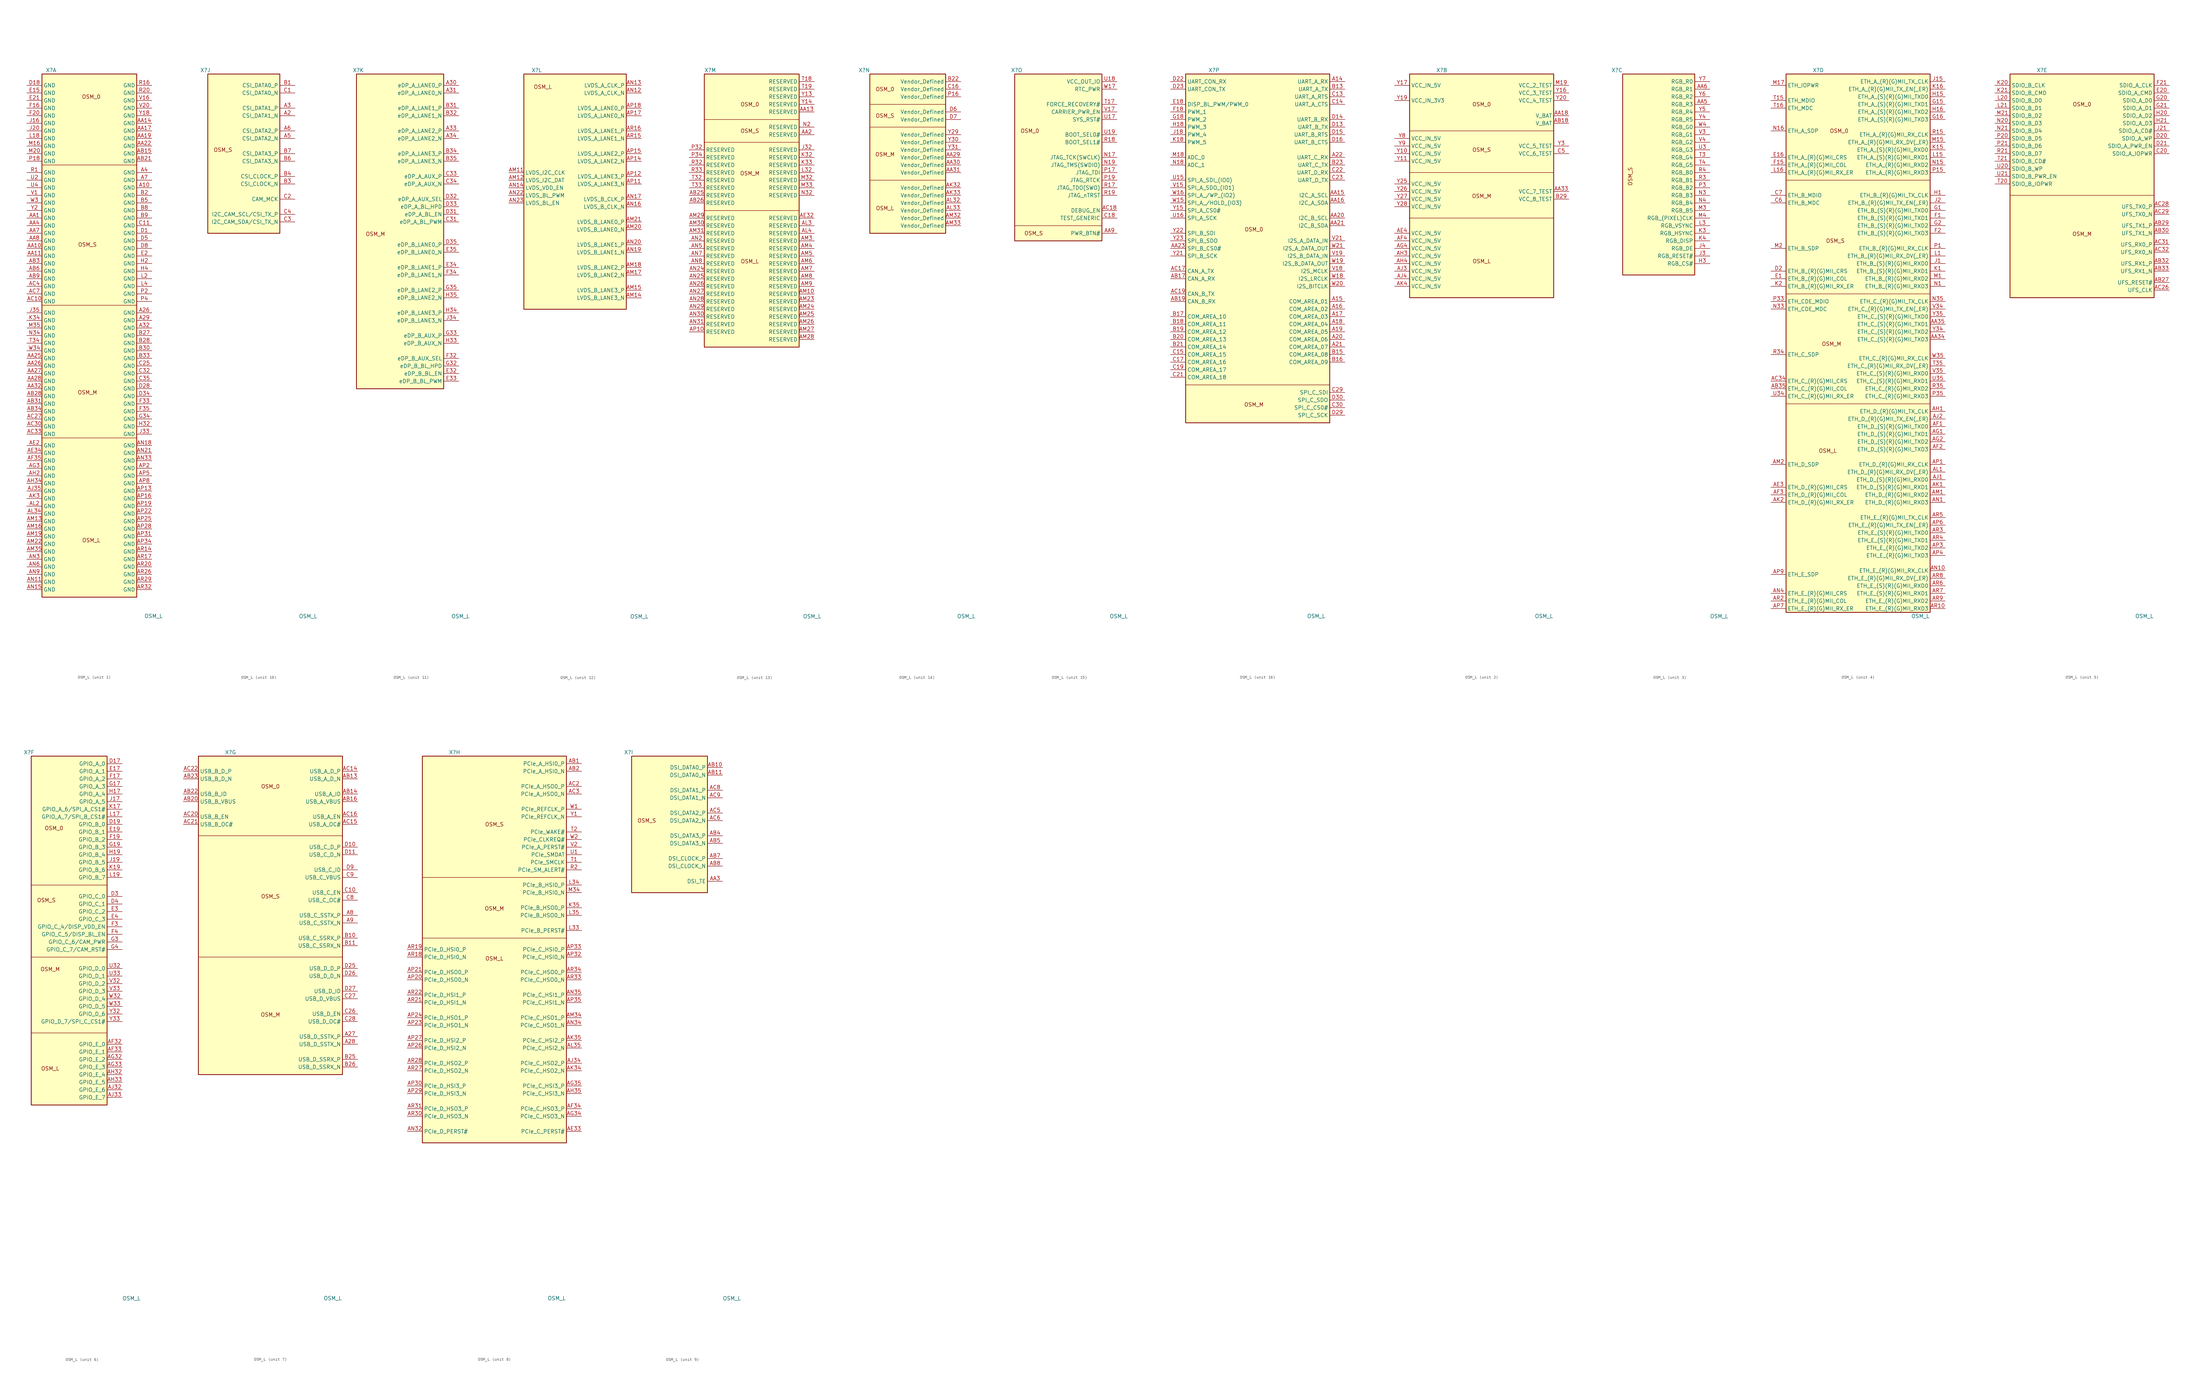
<source format=kicad_sym>
(kicad_symbol_lib
  (version 20220914)
  (generator kicad_symbol_editor)
  (symbol "OSM_L"
    (property "Reference" "X"
      (at -15.24 1.27 0)
      (effects (font (size 1.27 1.27)) (justify left)))
    (property "Value" "OSM_L"
      (at 17.78 -181.61 0)
      (effects (font (size 1.27 1.27)) (justify left)))
    (property "ki_locked" ""
      (at 0 0 0)
      (effects (font (size 1.27 1.27))))
    (symbol "OSM_L_1_1"
      (rectangle (start -16.51 0) (end 15.24 -175.26) (stroke (width 0.254) (type solid)) (fill (type background)))
      (polyline (pts (xy -16.51 -121.92) (xy 15.24 -121.92)) (stroke (width 0) (type default)) (fill (type none)))
      (polyline (pts (xy -16.51 -77.47) (xy 15.24 -77.47)) (stroke (width 0) (type default)) (fill (type none)))
      (polyline (pts (xy -16.51 -30.48) (xy 15.24 -30.48)) (stroke (width 0) (type default)) (fill (type none)))
      (text "OSM_0\n" (at 0 -7.62 0) (effects (font (size 1.27 1.27))))
      (text "OSM_L\n" (at 0 -156.21 0) (effects (font (size 1.27 1.27))))
      (text "OSM_M\n" (at -1.27 -106.68 0) (effects (font (size 1.27 1.27))))
      (text "OSM_S\n" (at -1.27 -57.15 0) (effects (font (size 1.27 1.27))))
      (pin power_in line (at 20.32 -38.1 180) (length 5.08) (name "GND" (effects (font (size 1.27 1.27)))) (number "A10" (effects (font (size 1.27 1.27)))))
      (pin power_in line (at 20.32 -80.01 180) (length 5.08) (name "GND" (effects (font (size 1.27 1.27)))) (number "A26" (effects (font (size 1.27 1.27)))))
      (pin power_in line (at 20.32 -82.55 180) (length 5.08) (name "GND" (effects (font (size 1.27 1.27)))) (number "A29" (effects (font (size 1.27 1.27)))))
      (pin power_in line (at 20.32 -85.09 180) (length 5.08) (name "GND" (effects (font (size 1.27 1.27)))) (number "A32" (effects (font (size 1.27 1.27)))))
      (pin power_in line (at 20.32 -33.02 180) (length 5.08) (name "GND" (effects (font (size 1.27 1.27)))) (number "A4" (effects (font (size 1.27 1.27)))))
      (pin power_in line (at 20.32 -35.56 180) (length 5.08) (name "GND" (effects (font (size 1.27 1.27)))) (number "A7" (effects (font (size 1.27 1.27)))))
      (pin power_in line (at -21.59 -48.26 0) (length 5.08) (name "GND" (effects (font (size 1.27 1.27)))) (number "AA1" (effects (font (size 1.27 1.27)))))
      (pin power_in line (at -21.59 -58.42 0) (length 5.08) (name "GND" (effects (font (size 1.27 1.27)))) (number "AA10" (effects (font (size 1.27 1.27)))))
      (pin power_in line (at -21.59 -60.96 0) (length 5.08) (name "GND" (effects (font (size 1.27 1.27)))) (number "AA11" (effects (font (size 1.27 1.27)))))
      (pin power_in line (at 20.32 -16.51 180) (length 5.08) (name "GND" (effects (font (size 1.27 1.27)))) (number "AA14" (effects (font (size 1.27 1.27)))))
      (pin power_in line (at 20.32 -19.05 180) (length 5.08) (name "GND" (effects (font (size 1.27 1.27)))) (number "AA17" (effects (font (size 1.27 1.27)))))
      (pin power_in line (at 20.32 -21.59 180) (length 5.08) (name "GND" (effects (font (size 1.27 1.27)))) (number "AA19" (effects (font (size 1.27 1.27)))))
      (pin power_in line (at 20.32 -24.13 180) (length 5.08) (name "GND" (effects (font (size 1.27 1.27)))) (number "AA22" (effects (font (size 1.27 1.27)))))
      (pin power_in line (at -21.59 -95.25 0) (length 5.08) (name "GND" (effects (font (size 1.27 1.27)))) (number "AA25" (effects (font (size 1.27 1.27)))))
      (pin power_in line (at -21.59 -97.79 0) (length 5.08) (name "GND" (effects (font (size 1.27 1.27)))) (number "AA26" (effects (font (size 1.27 1.27)))))
      (pin power_in line (at -21.59 -100.33 0) (length 5.08) (name "GND" (effects (font (size 1.27 1.27)))) (number "AA27" (effects (font (size 1.27 1.27)))))
      (pin power_in line (at -21.59 -102.87 0) (length 5.08) (name "GND" (effects (font (size 1.27 1.27)))) (number "AA28" (effects (font (size 1.27 1.27)))))
      (pin power_in line (at -21.59 -105.41 0) (length 5.08) (name "GND" (effects (font (size 1.27 1.27)))) (number "AA32" (effects (font (size 1.27 1.27)))))
      (pin power_in line (at -21.59 -50.8 0) (length 5.08) (name "GND" (effects (font (size 1.27 1.27)))) (number "AA4" (effects (font (size 1.27 1.27)))))
      (pin power_in line (at -21.59 -53.34 0) (length 5.08) (name "GND" (effects (font (size 1.27 1.27)))) (number "AA7" (effects (font (size 1.27 1.27)))))
      (pin power_in line (at -21.59 -55.88 0) (length 5.08) (name "GND" (effects (font (size 1.27 1.27)))) (number "AA8" (effects (font (size 1.27 1.27)))))
      (pin power_in line (at 20.32 -26.67 180) (length 5.08) (name "GND" (effects (font (size 1.27 1.27)))) (number "AB15" (effects (font (size 1.27 1.27)))))
      (pin power_in line (at 20.32 -29.21 180) (length 5.08) (name "GND" (effects (font (size 1.27 1.27)))) (number "AB21" (effects (font (size 1.27 1.27)))))
      (pin power_in line (at -21.59 -107.95 0) (length 5.08) (name "GND" (effects (font (size 1.27 1.27)))) (number "AB28" (effects (font (size 1.27 1.27)))))
      (pin power_in line (at -21.59 -63.5 0) (length 5.08) (name "GND" (effects (font (size 1.27 1.27)))) (number "AB3" (effects (font (size 1.27 1.27)))))
      (pin power_in line (at -21.59 -110.49 0) (length 5.08) (name "GND" (effects (font (size 1.27 1.27)))) (number "AB31" (effects (font (size 1.27 1.27)))))
      (pin power_in line (at -21.59 -113.03 0) (length 5.08) (name "GND" (effects (font (size 1.27 1.27)))) (number "AB34" (effects (font (size 1.27 1.27)))))
      (pin power_in line (at -21.59 -66.04 0) (length 5.08) (name "GND" (effects (font (size 1.27 1.27)))) (number "AB6" (effects (font (size 1.27 1.27)))))
      (pin power_in line (at -21.59 -68.58 0) (length 5.08) (name "GND" (effects (font (size 1.27 1.27)))) (number "AB9" (effects (font (size 1.27 1.27)))))
      (pin power_in line (at -21.59 -76.2 0) (length 5.08) (name "GND" (effects (font (size 1.27 1.27)))) (number "AC10" (effects (font (size 1.27 1.27)))))
      (pin power_in line (at -21.59 -115.57 0) (length 5.08) (name "GND" (effects (font (size 1.27 1.27)))) (number "AC27" (effects (font (size 1.27 1.27)))))
      (pin power_in line (at -21.59 -118.11 0) (length 5.08) (name "GND" (effects (font (size 1.27 1.27)))) (number "AC30" (effects (font (size 1.27 1.27)))))
      (pin power_in line (at -21.59 -120.65 0) (length 5.08) (name "GND" (effects (font (size 1.27 1.27)))) (number "AC33" (effects (font (size 1.27 1.27)))))
      (pin power_in line (at -21.59 -71.12 0) (length 5.08) (name "GND" (effects (font (size 1.27 1.27)))) (number "AC4" (effects (font (size 1.27 1.27)))))
      (pin power_in line (at -21.59 -73.66 0) (length 5.08) (name "GND" (effects (font (size 1.27 1.27)))) (number "AC7" (effects (font (size 1.27 1.27)))))
      (pin power_in line (at -21.59 -124.46 0) (length 5.08) (name "GND" (effects (font (size 1.27 1.27)))) (number "AE2" (effects (font (size 1.27 1.27)))))
      (pin power_in line (at -21.59 -127 0) (length 5.08) (name "GND" (effects (font (size 1.27 1.27)))) (number "AE34" (effects (font (size 1.27 1.27)))))
      (pin power_in line (at -21.59 -129.54 0) (length 5.08) (name "GND" (effects (font (size 1.27 1.27)))) (number "AF35" (effects (font (size 1.27 1.27)))))
      (pin power_in line (at -21.59 -132.08 0) (length 5.08) (name "GND" (effects (font (size 1.27 1.27)))) (number "AG3" (effects (font (size 1.27 1.27)))))
      (pin power_in line (at -21.59 -134.62 0) (length 5.08) (name "GND" (effects (font (size 1.27 1.27)))) (number "AH2" (effects (font (size 1.27 1.27)))))
      (pin power_in line (at -21.59 -137.16 0) (length 5.08) (name "GND" (effects (font (size 1.27 1.27)))) (number "AH34" (effects (font (size 1.27 1.27)))))
      (pin power_in line (at -21.59 -139.7 0) (length 5.08) (name "GND" (effects (font (size 1.27 1.27)))) (number "AJ35" (effects (font (size 1.27 1.27)))))
      (pin power_in line (at -21.59 -142.24 0) (length 5.08) (name "GND" (effects (font (size 1.27 1.27)))) (number "AK3" (effects (font (size 1.27 1.27)))))
      (pin power_in line (at -21.59 -144.78 0) (length 5.08) (name "GND" (effects (font (size 1.27 1.27)))) (number "AL2" (effects (font (size 1.27 1.27)))))
      (pin power_in line (at -21.59 -147.32 0) (length 5.08) (name "GND" (effects (font (size 1.27 1.27)))) (number "AL34" (effects (font (size 1.27 1.27)))))
      (pin power_in line (at -21.59 -149.86 0) (length 5.08) (name "GND" (effects (font (size 1.27 1.27)))) (number "AM13" (effects (font (size 1.27 1.27)))))
      (pin power_in line (at -21.59 -152.4 0) (length 5.08) (name "GND" (effects (font (size 1.27 1.27)))) (number "AM16" (effects (font (size 1.27 1.27)))))
      (pin power_in line (at -21.59 -154.94 0) (length 5.08) (name "GND" (effects (font (size 1.27 1.27)))) (number "AM19" (effects (font (size 1.27 1.27)))))
      (pin power_in line (at -21.59 -157.48 0) (length 5.08) (name "GND" (effects (font (size 1.27 1.27)))) (number "AM22" (effects (font (size 1.27 1.27)))))
      (pin power_in line (at -21.59 -160.02 0) (length 5.08) (name "GND" (effects (font (size 1.27 1.27)))) (number "AM35" (effects (font (size 1.27 1.27)))))
      (pin power_in line (at -21.59 -170.18 0) (length 5.08) (name "GND" (effects (font (size 1.27 1.27)))) (number "AN11" (effects (font (size 1.27 1.27)))))
      (pin power_in line (at -21.59 -172.72 0) (length 5.08) (name "GND" (effects (font (size 1.27 1.27)))) (number "AN15" (effects (font (size 1.27 1.27)))))
      (pin power_in line (at 20.32 -124.46 180) (length 5.08) (name "GND" (effects (font (size 1.27 1.27)))) (number "AN18" (effects (font (size 1.27 1.27)))))
      (pin power_in line (at 20.32 -127 180) (length 5.08) (name "GND" (effects (font (size 1.27 1.27)))) (number "AN21" (effects (font (size 1.27 1.27)))))
      (pin power_in line (at -21.59 -162.56 0) (length 5.08) (name "GND" (effects (font (size 1.27 1.27)))) (number "AN3" (effects (font (size 1.27 1.27)))))
      (pin power_in line (at 20.32 -129.54 180) (length 5.08) (name "GND" (effects (font (size 1.27 1.27)))) (number "AN33" (effects (font (size 1.27 1.27)))))
      (pin power_in line (at -21.59 -165.1 0) (length 5.08) (name "GND" (effects (font (size 1.27 1.27)))) (number "AN6" (effects (font (size 1.27 1.27)))))
      (pin power_in line (at -21.59 -167.64 0) (length 5.08) (name "GND" (effects (font (size 1.27 1.27)))) (number "AN9" (effects (font (size 1.27 1.27)))))
      (pin power_in line (at 20.32 -139.7 180) (length 5.08) (name "GND" (effects (font (size 1.27 1.27)))) (number "AP13" (effects (font (size 1.27 1.27)))))
      (pin power_in line (at 20.32 -142.24 180) (length 5.08) (name "GND" (effects (font (size 1.27 1.27)))) (number "AP16" (effects (font (size 1.27 1.27)))))
      (pin power_in line (at 20.32 -144.78 180) (length 5.08) (name "GND" (effects (font (size 1.27 1.27)))) (number "AP19" (effects (font (size 1.27 1.27)))))
      (pin power_in line (at 20.32 -132.08 180) (length 5.08) (name "GND" (effects (font (size 1.27 1.27)))) (number "AP2" (effects (font (size 1.27 1.27)))))
      (pin power_in line (at 20.32 -147.32 180) (length 5.08) (name "GND" (effects (font (size 1.27 1.27)))) (number "AP22" (effects (font (size 1.27 1.27)))))
      (pin power_in line (at 20.32 -149.86 180) (length 5.08) (name "GND" (effects (font (size 1.27 1.27)))) (number "AP25" (effects (font (size 1.27 1.27)))))
      (pin power_in line (at 20.32 -152.4 180) (length 5.08) (name "GND" (effects (font (size 1.27 1.27)))) (number "AP28" (effects (font (size 1.27 1.27)))))
      (pin power_in line (at 20.32 -154.94 180) (length 5.08) (name "GND" (effects (font (size 1.27 1.27)))) (number "AP31" (effects (font (size 1.27 1.27)))))
      (pin power_in line (at 20.32 -157.48 180) (length 5.08) (name "GND" (effects (font (size 1.27 1.27)))) (number "AP34" (effects (font (size 1.27 1.27)))))
      (pin power_in line (at 20.32 -134.62 180) (length 5.08) (name "GND" (effects (font (size 1.27 1.27)))) (number "AP5" (effects (font (size 1.27 1.27)))))
      (pin power_in line (at 20.32 -137.16 180) (length 5.08) (name "GND" (effects (font (size 1.27 1.27)))) (number "AP8" (effects (font (size 1.27 1.27)))))
      (pin power_in line (at 20.32 -160.02 180) (length 5.08) (name "GND" (effects (font (size 1.27 1.27)))) (number "AR14" (effects (font (size 1.27 1.27)))))
      (pin power_in line (at 20.32 -162.56 180) (length 5.08) (name "GND" (effects (font (size 1.27 1.27)))) (number "AR17" (effects (font (size 1.27 1.27)))))
      (pin power_in line (at 20.32 -165.1 180) (length 5.08) (name "GND" (effects (font (size 1.27 1.27)))) (number "AR20" (effects (font (size 1.27 1.27)))))
      (pin power_in line (at 20.32 -167.64 180) (length 5.08) (name "GND" (effects (font (size 1.27 1.27)))) (number "AR26" (effects (font (size 1.27 1.27)))))
      (pin power_in line (at 20.32 -170.18 180) (length 5.08) (name "GND" (effects (font (size 1.27 1.27)))) (number "AR29" (effects (font (size 1.27 1.27)))))
      (pin power_in line (at 20.32 -172.72 180) (length 5.08) (name "GND" (effects (font (size 1.27 1.27)))) (number "AR32" (effects (font (size 1.27 1.27)))))
      (pin power_in line (at 20.32 -40.64 180) (length 5.08) (name "GND" (effects (font (size 1.27 1.27)))) (number "B2" (effects (font (size 1.27 1.27)))))
      (pin power_in line (at 20.32 -87.63 180) (length 5.08) (name "GND" (effects (font (size 1.27 1.27)))) (number "B27" (effects (font (size 1.27 1.27)))))
      (pin power_in line (at 20.32 -90.17 180) (length 5.08) (name "GND" (effects (font (size 1.27 1.27)))) (number "B28" (effects (font (size 1.27 1.27)))))
      (pin power_in line (at 20.32 -92.71 180) (length 5.08) (name "GND" (effects (font (size 1.27 1.27)))) (number "B30" (effects (font (size 1.27 1.27)))))
      (pin power_in line (at 20.32 -95.25 180) (length 5.08) (name "GND" (effects (font (size 1.27 1.27)))) (number "B33" (effects (font (size 1.27 1.27)))))
      (pin power_in line (at 20.32 -43.18 180) (length 5.08) (name "GND" (effects (font (size 1.27 1.27)))) (number "B5" (effects (font (size 1.27 1.27)))))
      (pin power_in line (at 20.32 -45.72 180) (length 5.08) (name "GND" (effects (font (size 1.27 1.27)))) (number "B8" (effects (font (size 1.27 1.27)))))
      (pin power_in line (at 20.32 -48.26 180) (length 5.08) (name "GND" (effects (font (size 1.27 1.27)))) (number "B9" (effects (font (size 1.27 1.27)))))
      (pin power_in line (at 20.32 -50.8 180) (length 5.08) (name "GND" (effects (font (size 1.27 1.27)))) (number "C11" (effects (font (size 1.27 1.27)))))
      (pin power_in line (at 20.32 -97.79 180) (length 5.08) (name "GND" (effects (font (size 1.27 1.27)))) (number "C25" (effects (font (size 1.27 1.27)))))
      (pin power_in line (at 20.32 -100.33 180) (length 5.08) (name "GND" (effects (font (size 1.27 1.27)))) (number "C32" (effects (font (size 1.27 1.27)))))
      (pin power_in line (at 20.32 -102.87 180) (length 5.08) (name "GND" (effects (font (size 1.27 1.27)))) (number "C35" (effects (font (size 1.27 1.27)))))
      (pin power_in line (at 20.32 -53.34 180) (length 5.08) (name "GND" (effects (font (size 1.27 1.27)))) (number "D1" (effects (font (size 1.27 1.27)))))
      (pin power_in line (at -21.59 -3.81 0) (length 5.08) (name "GND" (effects (font (size 1.27 1.27)))) (number "D18" (effects (font (size 1.27 1.27)))))
      (pin power_in line (at 20.32 -105.41 180) (length 5.08) (name "GND" (effects (font (size 1.27 1.27)))) (number "D28" (effects (font (size 1.27 1.27)))))
      (pin power_in line (at 20.32 -107.95 180) (length 5.08) (name "GND" (effects (font (size 1.27 1.27)))) (number "D34" (effects (font (size 1.27 1.27)))))
      (pin power_in line (at 20.32 -55.88 180) (length 5.08) (name "GND" (effects (font (size 1.27 1.27)))) (number "D5" (effects (font (size 1.27 1.27)))))
      (pin power_in line (at 20.32 -58.42 180) (length 5.08) (name "GND" (effects (font (size 1.27 1.27)))) (number "D8" (effects (font (size 1.27 1.27)))))
      (pin power_in line (at -21.59 -6.35 0) (length 5.08) (name "GND" (effects (font (size 1.27 1.27)))) (number "E15" (effects (font (size 1.27 1.27)))))
      (pin power_in line (at 20.32 -60.96 180) (length 5.08) (name "GND" (effects (font (size 1.27 1.27)))) (number "E2" (effects (font (size 1.27 1.27)))))
      (pin power_in line (at -21.59 -8.89 0) (length 5.08) (name "GND" (effects (font (size 1.27 1.27)))) (number "E21" (effects (font (size 1.27 1.27)))))
      (pin power_in line (at -21.59 -11.43 0) (length 5.08) (name "GND" (effects (font (size 1.27 1.27)))) (number "F16" (effects (font (size 1.27 1.27)))))
      (pin power_in line (at -21.59 -13.97 0) (length 5.08) (name "GND" (effects (font (size 1.27 1.27)))) (number "F20" (effects (font (size 1.27 1.27)))))
      (pin power_in line (at 20.32 -110.49 180) (length 5.08) (name "GND" (effects (font (size 1.27 1.27)))) (number "F33" (effects (font (size 1.27 1.27)))))
      (pin power_in line (at 20.32 -113.03 180) (length 5.08) (name "GND" (effects (font (size 1.27 1.27)))) (number "F35" (effects (font (size 1.27 1.27)))))
      (pin power_in line (at 20.32 -115.57 180) (length 5.08) (name "GND" (effects (font (size 1.27 1.27)))) (number "G34" (effects (font (size 1.27 1.27)))))
      (pin power_in line (at 20.32 -63.5 180) (length 5.08) (name "GND" (effects (font (size 1.27 1.27)))) (number "H2" (effects (font (size 1.27 1.27)))))
      (pin power_in line (at 20.32 -118.11 180) (length 5.08) (name "GND" (effects (font (size 1.27 1.27)))) (number "H32" (effects (font (size 1.27 1.27)))))
      (pin power_in line (at 20.32 -66.04 180) (length 5.08) (name "GND" (effects (font (size 1.27 1.27)))) (number "H4" (effects (font (size 1.27 1.27)))))
      (pin power_in line (at -21.59 -16.51 0) (length 5.08) (name "GND" (effects (font (size 1.27 1.27)))) (number "J16" (effects (font (size 1.27 1.27)))))
      (pin power_in line (at -21.59 -19.05 0) (length 5.08) (name "GND" (effects (font (size 1.27 1.27)))) (number "J20" (effects (font (size 1.27 1.27)))))
      (pin power_in line (at 20.32 -120.65 180) (length 5.08) (name "GND" (effects (font (size 1.27 1.27)))) (number "J33" (effects (font (size 1.27 1.27)))))
      (pin power_in line (at -21.59 -80.01 0) (length 5.08) (name "GND" (effects (font (size 1.27 1.27)))) (number "J35" (effects (font (size 1.27 1.27)))))
      (pin power_in line (at -21.59 -82.55 0) (length 5.08) (name "GND" (effects (font (size 1.27 1.27)))) (number "K34" (effects (font (size 1.27 1.27)))))
      (pin power_in line (at -21.59 -21.59 0) (length 5.08) (name "GND" (effects (font (size 1.27 1.27)))) (number "L18" (effects (font (size 1.27 1.27)))))
      (pin power_in line (at 20.32 -68.58 180) (length 5.08) (name "GND" (effects (font (size 1.27 1.27)))) (number "L2" (effects (font (size 1.27 1.27)))))
      (pin power_in line (at 20.32 -71.12 180) (length 5.08) (name "GND" (effects (font (size 1.27 1.27)))) (number "L4" (effects (font (size 1.27 1.27)))))
      (pin power_in line (at -21.59 -24.13 0) (length 5.08) (name "GND" (effects (font (size 1.27 1.27)))) (number "M16" (effects (font (size 1.27 1.27)))))
      (pin power_in line (at -21.59 -26.67 0) (length 5.08) (name "GND" (effects (font (size 1.27 1.27)))) (number "M20" (effects (font (size 1.27 1.27)))))
      (pin power_in line (at -21.59 -85.09 0) (length 5.08) (name "GND" (effects (font (size 1.27 1.27)))) (number "M35" (effects (font (size 1.27 1.27)))))
      (pin power_in line (at -21.59 -87.63 0) (length 5.08) (name "GND" (effects (font (size 1.27 1.27)))) (number "N34" (effects (font (size 1.27 1.27)))))
      (pin power_in line (at -21.59 -29.21 0) (length 5.08) (name "GND" (effects (font (size 1.27 1.27)))) (number "P18" (effects (font (size 1.27 1.27)))))
      (pin power_in line (at 20.32 -73.66 180) (length 5.08) (name "GND" (effects (font (size 1.27 1.27)))) (number "P2" (effects (font (size 1.27 1.27)))))
      (pin power_in line (at 20.32 -76.2 180) (length 5.08) (name "GND" (effects (font (size 1.27 1.27)))) (number "P4" (effects (font (size 1.27 1.27)))))
      (pin power_in line (at -21.59 -33.02 0) (length 5.08) (name "GND" (effects (font (size 1.27 1.27)))) (number "R1" (effects (font (size 1.27 1.27)))))
      (pin power_in line (at 20.32 -3.81 180) (length 5.08) (name "GND" (effects (font (size 1.27 1.27)))) (number "R16" (effects (font (size 1.27 1.27)))))
      (pin power_in line (at 20.32 -6.35 180) (length 5.08) (name "GND" (effects (font (size 1.27 1.27)))) (number "R20" (effects (font (size 1.27 1.27)))))
      (pin power_in line (at -21.59 -90.17 0) (length 5.08) (name "GND" (effects (font (size 1.27 1.27)))) (number "T34" (effects (font (size 1.27 1.27)))))
      (pin power_in line (at -21.59 -35.56 0) (length 5.08) (name "GND" (effects (font (size 1.27 1.27)))) (number "U2" (effects (font (size 1.27 1.27)))))
      (pin power_in line (at -21.59 -38.1 0) (length 5.08) (name "GND" (effects (font (size 1.27 1.27)))) (number "U4" (effects (font (size 1.27 1.27)))))
      (pin power_in line (at -21.59 -40.64 0) (length 5.08) (name "GND" (effects (font (size 1.27 1.27)))) (number "V1" (effects (font (size 1.27 1.27)))))
      (pin power_in line (at 20.32 -8.89 180) (length 5.08) (name "GND" (effects (font (size 1.27 1.27)))) (number "V16" (effects (font (size 1.27 1.27)))))
      (pin power_in line (at 20.32 -11.43 180) (length 5.08) (name "GND" (effects (font (size 1.27 1.27)))) (number "V20" (effects (font (size 1.27 1.27)))))
      (pin power_in line (at -21.59 -43.18 0) (length 5.08) (name "GND" (effects (font (size 1.27 1.27)))) (number "W3" (effects (font (size 1.27 1.27)))))
      (pin power_in line (at -21.59 -92.71 0) (length 5.08) (name "GND" (effects (font (size 1.27 1.27)))) (number "W34" (effects (font (size 1.27 1.27)))))
      (pin power_in line (at 20.32 -13.97 180) (length 5.08) (name "GND" (effects (font (size 1.27 1.27)))) (number "Y18" (effects (font (size 1.27 1.27)))))
      (pin power_in line (at -21.59 -45.72 0) (length 5.08) (name "GND" (effects (font (size 1.27 1.27)))) (number "Y2" (effects (font (size 1.27 1.27))))))
    (symbol "OSM_L_2_1"
      (rectangle (start -24.13 0) (end 24.13 -74.93) (stroke (width 0.254) (type solid)) (fill (type background)))
      (polyline (pts (xy -24.13 -48.26) (xy 24.13 -48.26)) (stroke (width 0) (type default)) (fill (type none)))
      (polyline (pts (xy -24.13 -33.02) (xy 24.13 -33.02)) (stroke (width 0) (type default)) (fill (type none)))
      (polyline (pts (xy -24.13 -19.05) (xy 24.13 -19.05)) (stroke (width 0) (type default)) (fill (type none)))
      (text "OSM_0\n" (at 0 -10.16 0) (effects (font (size 1.27 1.27))))
      (text "OSM_L\n\n\n" (at 0 -64.77 0) (effects (font (size 1.27 1.27))))
      (text "OSM_M\n\n" (at 0 -41.91 0) (effects (font (size 1.27 1.27))))
      (text "OSM_S\n" (at 0 -25.4 0) (effects (font (size 1.27 1.27))))
      (pin power_in line (at 29.21 -13.97 180) (length 5.08) (name "V_BAT" (effects (font (size 1.27 1.27)))) (number "AA18" (effects (font (size 1.27 1.27)))))
      (pin power_in line (at 29.21 -39.37 180) (length 5.08) (name "VCC_7_TEST" (effects (font (size 1.27 1.27)))) (number "AA33" (effects (font (size 1.27 1.27)))))
      (pin power_in line (at 29.21 -16.51 180) (length 5.08) (name "V_BAT" (effects (font (size 1.27 1.27)))) (number "AB18" (effects (font (size 1.27 1.27)))))
      (pin power_in line (at -29.21 -53.34 0) (length 5.08) (name "VCC_IN_5V" (effects (font (size 1.27 1.27)))) (number "AE4" (effects (font (size 1.27 1.27)))))
      (pin power_in line (at -29.21 -55.88 0) (length 5.08) (name "VCC_IN_5V" (effects (font (size 1.27 1.27)))) (number "AF4" (effects (font (size 1.27 1.27)))))
      (pin power_in line (at -29.21 -58.42 0) (length 5.08) (name "VCC_IN_5V" (effects (font (size 1.27 1.27)))) (number "AG4" (effects (font (size 1.27 1.27)))))
      (pin power_in line (at -29.21 -60.96 0) (length 5.08) (name "VCC_IN_5V" (effects (font (size 1.27 1.27)))) (number "AH3" (effects (font (size 1.27 1.27)))))
      (pin power_in line (at -29.21 -63.5 0) (length 5.08) (name "VCC_IN_5V" (effects (font (size 1.27 1.27)))) (number "AH4" (effects (font (size 1.27 1.27)))))
      (pin power_in line (at -29.21 -66.04 0) (length 5.08) (name "VCC_IN_5V" (effects (font (size 1.27 1.27)))) (number "AJ3" (effects (font (size 1.27 1.27)))))
      (pin power_in line (at -29.21 -68.58 0) (length 5.08) (name "VCC_IN_5V" (effects (font (size 1.27 1.27)))) (number "AJ4" (effects (font (size 1.27 1.27)))))
      (pin power_in line (at -29.21 -71.12 0) (length 5.08) (name "VCC_IN_5V" (effects (font (size 1.27 1.27)))) (number "AK4" (effects (font (size 1.27 1.27)))))
      (pin power_in line (at 29.21 -41.91 180) (length 5.08) (name "VCC_8_TEST" (effects (font (size 1.27 1.27)))) (number "B29" (effects (font (size 1.27 1.27)))))
      (pin power_in line (at 29.21 -26.67 180) (length 5.08) (name "VCC_6_TEST" (effects (font (size 1.27 1.27)))) (number "C5" (effects (font (size 1.27 1.27)))))
      (pin power_out line (at 29.21 -3.81 180) (length 5.08) (name "VCC_2_TEST" (effects (font (size 1.27 1.27)))) (number "M19" (effects (font (size 1.27 1.27)))))
      (pin power_in line (at -29.21 -26.67 0) (length 5.08) (name "VCC_IN_5V" (effects (font (size 1.27 1.27)))) (number "Y10" (effects (font (size 1.27 1.27)))))
      (pin power_in line (at -29.21 -29.21 0) (length 5.08) (name "VCC_IN_5V" (effects (font (size 1.27 1.27)))) (number "Y11" (effects (font (size 1.27 1.27)))))
      (pin power_out line (at 29.21 -6.35 180) (length 5.08) (name "VCC_3_TEST" (effects (font (size 1.27 1.27)))) (number "Y16" (effects (font (size 1.27 1.27)))))
      (pin power_in line (at -29.21 -3.81 0) (length 5.08) (name "VCC_IN_5V" (effects (font (size 1.27 1.27)))) (number "Y17" (effects (font (size 1.27 1.27)))))
      (pin power_in line (at -29.21 -8.89 0) (length 5.08) (name "VCC_IN_3V3" (effects (font (size 1.27 1.27)))) (number "Y19" (effects (font (size 1.27 1.27)))))
      (pin power_out line (at 29.21 -8.89 180) (length 5.08) (name "VCC_4_TEST" (effects (font (size 1.27 1.27)))) (number "Y20" (effects (font (size 1.27 1.27)))))
      (pin power_in line (at -29.21 -36.83 0) (length 5.08) (name "VCC_IN_5V" (effects (font (size 1.27 1.27)))) (number "Y25" (effects (font (size 1.27 1.27)))))
      (pin power_in line (at -29.21 -39.37 0) (length 5.08) (name "VCC_IN_5V" (effects (font (size 1.27 1.27)))) (number "Y26" (effects (font (size 1.27 1.27)))))
      (pin power_in line (at -29.21 -41.91 0) (length 5.08) (name "VCC_IN_5V" (effects (font (size 1.27 1.27)))) (number "Y27" (effects (font (size 1.27 1.27)))))
      (pin power_in line (at -29.21 -44.45 0) (length 5.08) (name "VCC_IN_5V" (effects (font (size 1.27 1.27)))) (number "Y28" (effects (font (size 1.27 1.27)))))
      (pin power_in line (at 29.21 -24.13 180) (length 5.08) (name "VCC_5_TEST" (effects (font (size 1.27 1.27)))) (number "Y3" (effects (font (size 1.27 1.27)))))
      (pin power_in line (at -29.21 -21.59 0) (length 5.08) (name "VCC_IN_5V" (effects (font (size 1.27 1.27)))) (number "Y8" (effects (font (size 1.27 1.27)))))
      (pin power_in line (at -29.21 -24.13 0) (length 5.08) (name "VCC_IN_5V" (effects (font (size 1.27 1.27)))) (number "Y9" (effects (font (size 1.27 1.27))))))
    (symbol "OSM_L_3_1"
      (rectangle (start -11.43 0) (end 12.7 -67.31) (stroke (width 0.254) (type solid)) (fill (type background)))
      (text "OSM_S\n" (at -8.89 -34.29 900) (effects (font (size 1.27 1.27))))
      (pin bidirectional line (at 17.78 -10.16 180) (length 5.08) (name "RGB_R3" (effects (font (size 1.27 1.27)))) (number "AA5" (effects (font (size 1.27 1.27)))))
      (pin bidirectional line (at 17.78 -5.08 180) (length 5.08) (name "RGB_R1" (effects (font (size 1.27 1.27)))) (number "AA6" (effects (font (size 1.27 1.27)))))
      (pin bidirectional line (at 17.78 -63.5 180) (length 5.08) (name "RGB_CS#" (effects (font (size 1.27 1.27)))) (number "H3" (effects (font (size 1.27 1.27)))))
      (pin bidirectional line (at 17.78 -60.96 180) (length 5.08) (name "RGB_RESET#" (effects (font (size 1.27 1.27)))) (number "J3" (effects (font (size 1.27 1.27)))))
      (pin bidirectional line (at 17.78 -58.42 180) (length 5.08) (name "RGB_DE" (effects (font (size 1.27 1.27)))) (number "J4" (effects (font (size 1.27 1.27)))))
      (pin bidirectional line (at 17.78 -53.34 180) (length 5.08) (name "RGB_HSYNC" (effects (font (size 1.27 1.27)))) (number "K3" (effects (font (size 1.27 1.27)))))
      (pin bidirectional line (at 17.78 -55.88 180) (length 5.08) (name "RGB_DISP" (effects (font (size 1.27 1.27)))) (number "K4" (effects (font (size 1.27 1.27)))))
      (pin bidirectional line (at 17.78 -50.8 180) (length 5.08) (name "RGB_VSYNC" (effects (font (size 1.27 1.27)))) (number "L3" (effects (font (size 1.27 1.27)))))
      (pin bidirectional line (at 17.78 -45.72 180) (length 5.08) (name "RGB_B5" (effects (font (size 1.27 1.27)))) (number "M3" (effects (font (size 1.27 1.27)))))
      (pin bidirectional line (at 17.78 -48.26 180) (length 5.08) (name "RGB_(PIXEL)CLK" (effects (font (size 1.27 1.27)))) (number "M4" (effects (font (size 1.27 1.27)))))
      (pin bidirectional line (at 17.78 -40.64 180) (length 5.08) (name "RGB_B3" (effects (font (size 1.27 1.27)))) (number "N3" (effects (font (size 1.27 1.27)))))
      (pin bidirectional line (at 17.78 -43.18 180) (length 5.08) (name "RGB_B4" (effects (font (size 1.27 1.27)))) (number "N4" (effects (font (size 1.27 1.27)))))
      (pin bidirectional line (at 17.78 -38.1 180) (length 5.08) (name "RGB_B2" (effects (font (size 1.27 1.27)))) (number "P3" (effects (font (size 1.27 1.27)))))
      (pin bidirectional line (at 17.78 -35.56 180) (length 5.08) (name "RGB_B1" (effects (font (size 1.27 1.27)))) (number "R3" (effects (font (size 1.27 1.27)))))
      (pin bidirectional line (at 17.78 -33.02 180) (length 5.08) (name "RGB_B0" (effects (font (size 1.27 1.27)))) (number "R4" (effects (font (size 1.27 1.27)))))
      (pin bidirectional line (at 17.78 -27.94 180) (length 5.08) (name "RGB_G4" (effects (font (size 1.27 1.27)))) (number "T3" (effects (font (size 1.27 1.27)))))
      (pin bidirectional line (at 17.78 -30.48 180) (length 5.08) (name "RGB_G5" (effects (font (size 1.27 1.27)))) (number "T4" (effects (font (size 1.27 1.27)))))
      (pin bidirectional line (at 17.78 -25.4 180) (length 5.08) (name "RGB_G3" (effects (font (size 1.27 1.27)))) (number "U3" (effects (font (size 1.27 1.27)))))
      (pin bidirectional line (at 17.78 -20.32 180) (length 5.08) (name "RGB_G1" (effects (font (size 1.27 1.27)))) (number "V3" (effects (font (size 1.27 1.27)))))
      (pin bidirectional line (at 17.78 -22.86 180) (length 5.08) (name "RGB_G2" (effects (font (size 1.27 1.27)))) (number "V4" (effects (font (size 1.27 1.27)))))
      (pin bidirectional line (at 17.78 -17.78 180) (length 5.08) (name "RGB_G0" (effects (font (size 1.27 1.27)))) (number "W4" (effects (font (size 1.27 1.27)))))
      (pin bidirectional line (at 17.78 -15.24 180) (length 5.08) (name "RGB_R5" (effects (font (size 1.27 1.27)))) (number "Y4" (effects (font (size 1.27 1.27)))))
      (pin bidirectional line (at 17.78 -12.7 180) (length 5.08) (name "RGB_R4" (effects (font (size 1.27 1.27)))) (number "Y5" (effects (font (size 1.27 1.27)))))
      (pin bidirectional line (at 17.78 -7.62 180) (length 5.08) (name "RGB_R2" (effects (font (size 1.27 1.27)))) (number "Y6" (effects (font (size 1.27 1.27)))))
      (pin bidirectional line (at 17.78 -2.54 180) (length 5.08) (name "RGB_R0" (effects (font (size 1.27 1.27)))) (number "Y7" (effects (font (size 1.27 1.27))))))
    (symbol "OSM_L_4_1"
      (rectangle (start -24.13 0) (end 24.13 -180.34) (stroke (width 0.254) (type solid)) (fill (type background)))
      (polyline (pts (xy -24.13 -110.49) (xy 24.13 -110.49)) (stroke (width 0) (type default)) (fill (type none)))
      (polyline (pts (xy -24.13 -73.66) (xy 24.13 -73.66)) (stroke (width 0) (type default)) (fill (type none)))
      (polyline (pts (xy -24.13 -35.56) (xy 24.13 -35.56)) (stroke (width 0) (type default)) (fill (type none)))
      (text "OSM_0\n" (at -6.35 -19.05 0) (effects (font (size 1.27 1.27))))
      (text "OSM_L\n\n\n" (at -10.16 -128.27 0) (effects (font (size 1.27 1.27))))
      (text "OSM_M\n\n" (at -8.89 -91.44 0) (effects (font (size 1.27 1.27))))
      (text "OSM_S\n" (at -7.62 -55.88 0) (effects (font (size 1.27 1.27))))
      (pin bidirectional line (at 29.21 -88.9 180) (length 5.08) (name "ETH_C_(S)(R)(G)MII_TXD3" (effects (font (size 1.27 1.27)))) (number "AA34" (effects (font (size 1.27 1.27)))))
      (pin bidirectional line (at 29.21 -83.82 180) (length 5.08) (name "ETH_C_(S)(R)(G)MII_TXD1" (effects (font (size 1.27 1.27)))) (number "AA35" (effects (font (size 1.27 1.27)))))
      (pin bidirectional line (at -29.21 -105.41 0) (length 5.08) (name "ETH_C_(R)(G)MII_COL" (effects (font (size 1.27 1.27)))) (number "AB35" (effects (font (size 1.27 1.27)))))
      (pin bidirectional line (at -29.21 -102.87 0) (length 5.08) (name "ETH_C_(R)(G)MII_CRS" (effects (font (size 1.27 1.27)))) (number "AC34" (effects (font (size 1.27 1.27)))))
      (pin bidirectional line (at -29.21 -138.43 0) (length 5.08) (name "ETH_D_(R)(G)MII_CRS" (effects (font (size 1.27 1.27)))) (number "AE3" (effects (font (size 1.27 1.27)))))
      (pin bidirectional line (at 29.21 -118.11 180) (length 5.08) (name "ETH_D_(S)(R)(G)MII_TXD0" (effects (font (size 1.27 1.27)))) (number "AF1" (effects (font (size 1.27 1.27)))))
      (pin bidirectional line (at 29.21 -125.73 180) (length 5.08) (name "ETH_D_(S)(R)(G)MII_TXD3" (effects (font (size 1.27 1.27)))) (number "AF2" (effects (font (size 1.27 1.27)))))
      (pin bidirectional line (at -29.21 -140.97 0) (length 5.08) (name "ETH_D_(R)(G)MII_COL" (effects (font (size 1.27 1.27)))) (number "AF3" (effects (font (size 1.27 1.27)))))
      (pin bidirectional line (at 29.21 -120.65 180) (length 5.08) (name "ETH_D_(S)(R)(G)MII_TXD1" (effects (font (size 1.27 1.27)))) (number "AG1" (effects (font (size 1.27 1.27)))))
      (pin bidirectional line (at 29.21 -123.19 180) (length 5.08) (name "ETH_D_(S)(R)(G)MII_TXD2" (effects (font (size 1.27 1.27)))) (number "AG2" (effects (font (size 1.27 1.27)))))
      (pin bidirectional line (at 29.21 -113.03 180) (length 5.08) (name "ETH_D_(R)(G)MII_TX_CLK" (effects (font (size 1.27 1.27)))) (number "AH1" (effects (font (size 1.27 1.27)))))
      (pin bidirectional line (at 29.21 -135.89 180) (length 5.08) (name "ETH_D_(S)(R)(G)MII_RXD0" (effects (font (size 1.27 1.27)))) (number "AJ1" (effects (font (size 1.27 1.27)))))
      (pin bidirectional line (at 29.21 -115.57 180) (length 5.08) (name "ETH_D_(R)(G)MII_TX_EN(_ER)" (effects (font (size 1.27 1.27)))) (number "AJ2" (effects (font (size 1.27 1.27)))))
      (pin bidirectional line (at 29.21 -138.43 180) (length 5.08) (name "ETH_D_(S)(R)(G)MII_RXD1" (effects (font (size 1.27 1.27)))) (number "AK1" (effects (font (size 1.27 1.27)))))
      (pin bidirectional line (at -29.21 -143.51 0) (length 5.08) (name "ETH_D_(R)(G)MII_RX_ER" (effects (font (size 1.27 1.27)))) (number "AK2" (effects (font (size 1.27 1.27)))))
      (pin bidirectional line (at 29.21 -133.35 180) (length 5.08) (name "ETH_D_(R)(G)MII_RX_DV(_ER)" (effects (font (size 1.27 1.27)))) (number "AL1" (effects (font (size 1.27 1.27)))))
      (pin bidirectional line (at 29.21 -140.97 180) (length 5.08) (name "ETH_D_(R)(G)MII_RXD2" (effects (font (size 1.27 1.27)))) (number "AM1" (effects (font (size 1.27 1.27)))))
      (pin bidirectional line (at -29.21 -130.81 0) (length 5.08) (name "ETH_D_SDP" (effects (font (size 1.27 1.27)))) (number "AM2" (effects (font (size 1.27 1.27)))))
      (pin bidirectional line (at 29.21 -143.51 180) (length 5.08) (name "ETH_D_(R)(G)MII_RXD3" (effects (font (size 1.27 1.27)))) (number "AN1" (effects (font (size 1.27 1.27)))))
      (pin bidirectional line (at 29.21 -166.37 180) (length 5.08) (name "ETH_E_(R)(G)MII_RX_CLK" (effects (font (size 1.27 1.27)))) (number "AN10" (effects (font (size 1.27 1.27)))))
      (pin bidirectional line (at -29.21 -173.99 0) (length 5.08) (name "ETH_E_(R)(G)MII_CRS" (effects (font (size 1.27 1.27)))) (number "AN4" (effects (font (size 1.27 1.27)))))
      (pin bidirectional line (at 29.21 -130.81 180) (length 5.08) (name "ETH_D_(R)(G)MII_RX_CLK" (effects (font (size 1.27 1.27)))) (number "AP1" (effects (font (size 1.27 1.27)))))
      (pin bidirectional line (at 29.21 -158.75 180) (length 5.08) (name "ETH_E_(R)(G)MII_TXD2" (effects (font (size 1.27 1.27)))) (number "AP3" (effects (font (size 1.27 1.27)))))
      (pin bidirectional line (at 29.21 -161.29 180) (length 5.08) (name "ETH_E_(R)(G)MII_TXD3" (effects (font (size 1.27 1.27)))) (number "AP4" (effects (font (size 1.27 1.27)))))
      (pin bidirectional line (at 29.21 -151.13 180) (length 5.08) (name "ETH_E_(R)(G)MII_TX_EN(_ER)" (effects (font (size 1.27 1.27)))) (number "AP6" (effects (font (size 1.27 1.27)))))
      (pin bidirectional line (at -29.21 -179.07 0) (length 5.08) (name "ETH_E_(R)(G)MII_RX_ER" (effects (font (size 1.27 1.27)))) (number "AP7" (effects (font (size 1.27 1.27)))))
      (pin bidirectional line (at -29.21 -167.64 0) (length 5.08) (name "ETH_E_SDP" (effects (font (size 1.27 1.27)))) (number "AP9" (effects (font (size 1.27 1.27)))))
      (pin bidirectional line (at 29.21 -179.07 180) (length 5.08) (name "ETH_E_(R)(G)MII_RXD3" (effects (font (size 1.27 1.27)))) (number "AR10" (effects (font (size 1.27 1.27)))))
      (pin bidirectional line (at -29.21 -176.53 0) (length 5.08) (name "ETH_E_(R)(G)MII_COL" (effects (font (size 1.27 1.27)))) (number "AR2" (effects (font (size 1.27 1.27)))))
      (pin bidirectional line (at 29.21 -153.67 180) (length 5.08) (name "ETH_E_(S)(R)(G)MII_TXD0" (effects (font (size 1.27 1.27)))) (number "AR3" (effects (font (size 1.27 1.27)))))
      (pin bidirectional line (at 29.21 -156.21 180) (length 5.08) (name "ETH_E_(S)(R)(G)MII_TXD1" (effects (font (size 1.27 1.27)))) (number "AR4" (effects (font (size 1.27 1.27)))))
      (pin bidirectional line (at 29.21 -148.59 180) (length 5.08) (name "ETH_E_(R)(G)MII_TX_CLK" (effects (font (size 1.27 1.27)))) (number "AR5" (effects (font (size 1.27 1.27)))))
      (pin bidirectional line (at 29.21 -171.45 180) (length 5.08) (name "ETH_E_(S)(R)(G)MII_RXD0" (effects (font (size 1.27 1.27)))) (number "AR6" (effects (font (size 1.27 1.27)))))
      (pin bidirectional line (at 29.21 -173.99 180) (length 5.08) (name "ETH_E_(S)(R)(G)MII_RXD1" (effects (font (size 1.27 1.27)))) (number "AR7" (effects (font (size 1.27 1.27)))))
      (pin bidirectional line (at 29.21 -168.91 180) (length 5.08) (name "ETH_E_(R)(G)MII_RX_DV(_ER)" (effects (font (size 1.27 1.27)))) (number "AR8" (effects (font (size 1.27 1.27)))))
      (pin bidirectional line (at 29.21 -176.53 180) (length 5.08) (name "ETH_E_(R)(G)MII_RXD2" (effects (font (size 1.27 1.27)))) (number "AR9" (effects (font (size 1.27 1.27)))))
      (pin bidirectional line (at -29.21 -43.18 0) (length 5.08) (name "ETH_B_MDC" (effects (font (size 1.27 1.27)))) (number "C6" (effects (font (size 1.27 1.27)))))
      (pin bidirectional line (at -29.21 -40.64 0) (length 5.08) (name "ETH_B_MDIO" (effects (font (size 1.27 1.27)))) (number "C7" (effects (font (size 1.27 1.27)))))
      (pin bidirectional line (at -29.21 -66.04 0) (length 5.08) (name "ETH_B_(R)(G)MII_CRS" (effects (font (size 1.27 1.27)))) (number "D2" (effects (font (size 1.27 1.27)))))
      (pin bidirectional line (at -29.21 -68.58 0) (length 5.08) (name "ETH_B_(R)(G)MII_COL" (effects (font (size 1.27 1.27)))) (number "E1" (effects (font (size 1.27 1.27)))))
      (pin bidirectional line (at -29.21 -27.94 0) (length 5.08) (name "ETH_A_(R)(G)MII_CRS" (effects (font (size 1.27 1.27)))) (number "E16" (effects (font (size 1.27 1.27)))))
      (pin bidirectional line (at 29.21 -48.26 180) (length 5.08) (name "ETH_B_(S)(R)(G)MII_TXD1" (effects (font (size 1.27 1.27)))) (number "F1" (effects (font (size 1.27 1.27)))))
      (pin bidirectional line (at -29.21 -30.48 0) (length 5.08) (name "ETH_A_(R)(G)MII_COL" (effects (font (size 1.27 1.27)))) (number "F15" (effects (font (size 1.27 1.27)))))
      (pin bidirectional line (at 29.21 -53.34 180) (length 5.08) (name "ETH_B_(S)(R)(G)MII_TXD3" (effects (font (size 1.27 1.27)))) (number "F2" (effects (font (size 1.27 1.27)))))
      (pin bidirectional line (at 29.21 -45.72 180) (length 5.08) (name "ETH_B_(S)(R)(G)MII_TXD0" (effects (font (size 1.27 1.27)))) (number "G1" (effects (font (size 1.27 1.27)))))
      (pin bidirectional line (at 29.21 -10.16 180) (length 5.08) (name "ETH_A_(S)(R)(G)MII_TXD1" (effects (font (size 1.27 1.27)))) (number "G15" (effects (font (size 1.27 1.27)))))
      (pin bidirectional line (at 29.21 -15.24 180) (length 5.08) (name "ETH_A_(S)(R)(G)MII_TXD3" (effects (font (size 1.27 1.27)))) (number "G16" (effects (font (size 1.27 1.27)))))
      (pin bidirectional line (at 29.21 -50.8 180) (length 5.08) (name "ETH_B_(S)(R)(G)MII_TXD2" (effects (font (size 1.27 1.27)))) (number "G2" (effects (font (size 1.27 1.27)))))
      (pin bidirectional line (at 29.21 -40.64 180) (length 5.08) (name "ETH_B_(R)(G)MII_TX_CLK" (effects (font (size 1.27 1.27)))) (number "H1" (effects (font (size 1.27 1.27)))))
      (pin bidirectional line (at 29.21 -7.62 180) (length 5.08) (name "ETH_A_(S)(R)(G)MII_TXD0" (effects (font (size 1.27 1.27)))) (number "H15" (effects (font (size 1.27 1.27)))))
      (pin bidirectional line (at 29.21 -12.7 180) (length 5.08) (name "ETH_A_(S)(R)(G)MII_TXD2" (effects (font (size 1.27 1.27)))) (number "H16" (effects (font (size 1.27 1.27)))))
      (pin bidirectional line (at 29.21 -63.5 180) (length 5.08) (name "ETH_B_(S)(R)(G)MII_RXD0" (effects (font (size 1.27 1.27)))) (number "J1" (effects (font (size 1.27 1.27)))))
      (pin bidirectional line (at 29.21 -2.54 180) (length 5.08) (name "ETH_A_(R)(G)MII_TX_CLK" (effects (font (size 1.27 1.27)))) (number "J15" (effects (font (size 1.27 1.27)))))
      (pin bidirectional line (at 29.21 -43.18 180) (length 5.08) (name "ETH_B_(R)(G)MII_TX_EN(_ER)" (effects (font (size 1.27 1.27)))) (number "J2" (effects (font (size 1.27 1.27)))))
      (pin bidirectional line (at 29.21 -66.04 180) (length 5.08) (name "ETH_B_(S)(R)(G)MII_RXD1" (effects (font (size 1.27 1.27)))) (number "K1" (effects (font (size 1.27 1.27)))))
      (pin bidirectional line (at 29.21 -25.4 180) (length 5.08) (name "ETH_A_(S)(R)(G)MII_RXD0" (effects (font (size 1.27 1.27)))) (number "K15" (effects (font (size 1.27 1.27)))))
      (pin bidirectional line (at 29.21 -5.08 180) (length 5.08) (name "ETH_A_(R)(G)MII_TX_EN(_ER)" (effects (font (size 1.27 1.27)))) (number "K16" (effects (font (size 1.27 1.27)))))
      (pin bidirectional line (at -29.21 -71.12 0) (length 5.08) (name "ETH_B_(R)(G)MII_RX_ER" (effects (font (size 1.27 1.27)))) (number "K2" (effects (font (size 1.27 1.27)))))
      (pin bidirectional line (at 29.21 -60.96 180) (length 5.08) (name "ETH_B_(R)(G)MII_RX_DV(_ER)" (effects (font (size 1.27 1.27)))) (number "L1" (effects (font (size 1.27 1.27)))))
      (pin bidirectional line (at 29.21 -27.94 180) (length 5.08) (name "ETH_A_(S)(R)(G)MII_RXD1" (effects (font (size 1.27 1.27)))) (number "L15" (effects (font (size 1.27 1.27)))))
      (pin bidirectional line (at -29.21 -33.02 0) (length 5.08) (name "ETH_A_(R)(G)MII_RX_ER" (effects (font (size 1.27 1.27)))) (number "L16" (effects (font (size 1.27 1.27)))))
      (pin bidirectional line (at 29.21 -68.58 180) (length 5.08) (name "ETH_B_(R)(G)MII_RXD2" (effects (font (size 1.27 1.27)))) (number "M1" (effects (font (size 1.27 1.27)))))
      (pin bidirectional line (at 29.21 -22.86 180) (length 5.08) (name "ETH_A_(R)(G)MII_RX_DV(_ER)" (effects (font (size 1.27 1.27)))) (number "M15" (effects (font (size 1.27 1.27)))))
      (pin power_out line (at -29.21 -3.81 0) (length 5.08) (name "ETH_IOPWR" (effects (font (size 1.27 1.27)))) (number "M17" (effects (font (size 1.27 1.27)))))
      (pin bidirectional line (at -29.21 -58.42 0) (length 5.08) (name "ETH_B_SDP" (effects (font (size 1.27 1.27)))) (number "M2" (effects (font (size 1.27 1.27)))))
      (pin bidirectional line (at 29.21 -71.12 180) (length 5.08) (name "ETH_B_(R)(G)MII_RXD3" (effects (font (size 1.27 1.27)))) (number "N1" (effects (font (size 1.27 1.27)))))
      (pin bidirectional line (at 29.21 -30.48 180) (length 5.08) (name "ETH_A_(R)(G)MII_RXD2" (effects (font (size 1.27 1.27)))) (number "N15" (effects (font (size 1.27 1.27)))))
      (pin bidirectional line (at -29.21 -19.05 0) (length 5.08) (name "ETH_A_SDP" (effects (font (size 1.27 1.27)))) (number "N16" (effects (font (size 1.27 1.27)))))
      (pin bidirectional line (at -29.21 -78.74 0) (length 5.08) (name "ETH_CDE_MDC" (effects (font (size 1.27 1.27)))) (number "N33" (effects (font (size 1.27 1.27)))))
      (pin bidirectional line (at 29.21 -76.2 180) (length 5.08) (name "ETH_C_(R)(G)MII_TX_CLK" (effects (font (size 1.27 1.27)))) (number "N35" (effects (font (size 1.27 1.27)))))
      (pin bidirectional line (at 29.21 -58.42 180) (length 5.08) (name "ETH_B_(R)(G)MII_RX_CLK" (effects (font (size 1.27 1.27)))) (number "P1" (effects (font (size 1.27 1.27)))))
      (pin bidirectional line (at 29.21 -33.02 180) (length 5.08) (name "ETH_A_(R)(G)MII_RXD3" (effects (font (size 1.27 1.27)))) (number "P15" (effects (font (size 1.27 1.27)))))
      (pin bidirectional line (at -29.21 -76.2 0) (length 5.08) (name "ETH_CDE_MDIO" (effects (font (size 1.27 1.27)))) (number "P33" (effects (font (size 1.27 1.27)))))
      (pin bidirectional line (at 29.21 -107.95 180) (length 5.08) (name "ETH_C_(R)(G)MII_RXD3" (effects (font (size 1.27 1.27)))) (number "P35" (effects (font (size 1.27 1.27)))))
      (pin bidirectional line (at 29.21 -20.32 180) (length 5.08) (name "ETH_A_(R)(G)MII_RX_CLK" (effects (font (size 1.27 1.27)))) (number "R15" (effects (font (size 1.27 1.27)))))
      (pin bidirectional line (at -29.21 -93.98 0) (length 5.08) (name "ETH_C_SDP" (effects (font (size 1.27 1.27)))) (number "R34" (effects (font (size 1.27 1.27)))))
      (pin bidirectional line (at 29.21 -105.41 180) (length 5.08) (name "ETH_C_(R)(G)MII_RXD2" (effects (font (size 1.27 1.27)))) (number "R35" (effects (font (size 1.27 1.27)))))
      (pin bidirectional line (at -29.21 -8.89 0) (length 5.08) (name "ETH_MDIO" (effects (font (size 1.27 1.27)))) (number "T15" (effects (font (size 1.27 1.27)))))
      (pin bidirectional line (at -29.21 -11.43 0) (length 5.08) (name "ETH_MDC" (effects (font (size 1.27 1.27)))) (number "T16" (effects (font (size 1.27 1.27)))))
      (pin bidirectional line (at 29.21 -97.79 180) (length 5.08) (name "ETH_C_(R)(G)MII_RX_DV(_ER)" (effects (font (size 1.27 1.27)))) (number "T35" (effects (font (size 1.27 1.27)))))
      (pin bidirectional line (at -29.21 -107.95 0) (length 5.08) (name "ETH_C_(R)(G)MII_RX_ER" (effects (font (size 1.27 1.27)))) (number "U34" (effects (font (size 1.27 1.27)))))
      (pin bidirectional line (at 29.21 -102.87 180) (length 5.08) (name "ETH_C_(S)(R)(G)MII_RXD1" (effects (font (size 1.27 1.27)))) (number "U35" (effects (font (size 1.27 1.27)))))
      (pin bidirectional line (at 29.21 -78.74 180) (length 5.08) (name "ETH_C_(R)(G)MII_TX_EN(_ER)" (effects (font (size 1.27 1.27)))) (number "V34" (effects (font (size 1.27 1.27)))))
      (pin bidirectional line (at 29.21 -100.33 180) (length 5.08) (name "ETH_C_(S)(R)(G)MII_RXD0" (effects (font (size 1.27 1.27)))) (number "V35" (effects (font (size 1.27 1.27)))))
      (pin bidirectional line (at 29.21 -95.25 180) (length 5.08) (name "ETH_C_(R)(G)MII_RX_CLK" (effects (font (size 1.27 1.27)))) (number "W35" (effects (font (size 1.27 1.27)))))
      (pin bidirectional line (at 29.21 -86.36 180) (length 5.08) (name "ETH_C_(S)(R)(G)MII_TXD2" (effects (font (size 1.27 1.27)))) (number "Y34" (effects (font (size 1.27 1.27)))))
      (pin bidirectional line (at 29.21 -81.28 180) (length 5.08) (name "ETH_C_(S)(R)(G)MII_TXD0" (effects (font (size 1.27 1.27)))) (number "Y35" (effects (font (size 1.27 1.27))))))
    (symbol "OSM_L_5_1"
      (rectangle (start -24.13 0) (end 24.13 -74.93) (stroke (width 0.254) (type solid)) (fill (type background)))
      (polyline (pts (xy -24.13 -40.64) (xy 24.13 -40.64)) (stroke (width 0) (type default)) (fill (type none)))
      (text "OSM_0\n" (at 0 -10.16 0) (effects (font (size 1.27 1.27))))
      (text "OSM_M\n\n" (at 0 -54.61 0) (effects (font (size 1.27 1.27))))
      (pin output line (at 29.21 -69.85 180) (length 5.08) (name "UFS_RESET#" (effects (font (size 1.27 1.27)))) (number "AB27" (effects (font (size 1.27 1.27)))))
      (pin output line (at 29.21 -50.8 180) (length 5.08) (name "UFS_TX1_P" (effects (font (size 1.27 1.27)))) (number "AB29" (effects (font (size 1.27 1.27)))))
      (pin output line (at 29.21 -53.34 180) (length 5.08) (name "UFS_TX1_N" (effects (font (size 1.27 1.27)))) (number "AB30" (effects (font (size 1.27 1.27)))))
      (pin input line (at 29.21 -63.5 180) (length 5.08) (name "UFS_RX1_P" (effects (font (size 1.27 1.27)))) (number "AB32" (effects (font (size 1.27 1.27)))))
      (pin input line (at 29.21 -66.04 180) (length 5.08) (name "UFS_RX1_N" (effects (font (size 1.27 1.27)))) (number "AB33" (effects (font (size 1.27 1.27)))))
      (pin bidirectional line (at 29.21 -72.39 180) (length 5.08) (name "UFS_CLK" (effects (font (size 1.27 1.27)))) (number "AC26" (effects (font (size 1.27 1.27)))))
      (pin output line (at 29.21 -44.45 180) (length 5.08) (name "UFS_TX0_P" (effects (font (size 1.27 1.27)))) (number "AC28" (effects (font (size 1.27 1.27)))))
      (pin output line (at 29.21 -46.99 180) (length 5.08) (name "UFS_TX0_N" (effects (font (size 1.27 1.27)))) (number "AC29" (effects (font (size 1.27 1.27)))))
      (pin input line (at 29.21 -57.15 180) (length 5.08) (name "UFS_RX0_P" (effects (font (size 1.27 1.27)))) (number "AC31" (effects (font (size 1.27 1.27)))))
      (pin input line (at 29.21 -59.69 180) (length 5.08) (name "UFS_RX0_N" (effects (font (size 1.27 1.27)))) (number "AC32" (effects (font (size 1.27 1.27)))))
      (pin power_out line (at 29.21 -26.67 180) (length 5.08) (name "SDIO_A_IOPWR" (effects (font (size 1.27 1.27)))) (number "C20" (effects (font (size 1.27 1.27)))))
      (pin bidirectional line (at 29.21 -21.59 180) (length 5.08) (name "SDIO_A_WP" (effects (font (size 1.27 1.27)))) (number "D20" (effects (font (size 1.27 1.27)))))
      (pin bidirectional line (at 29.21 -24.13 180) (length 5.08) (name "SDIO_A_PWR_EN" (effects (font (size 1.27 1.27)))) (number "D21" (effects (font (size 1.27 1.27)))))
      (pin bidirectional line (at 29.21 -6.35 180) (length 5.08) (name "SDIO_A_CMD" (effects (font (size 1.27 1.27)))) (number "E20" (effects (font (size 1.27 1.27)))))
      (pin bidirectional line (at 29.21 -3.81 180) (length 5.08) (name "SDIO_A_CLK" (effects (font (size 1.27 1.27)))) (number "F21" (effects (font (size 1.27 1.27)))))
      (pin bidirectional line (at 29.21 -8.89 180) (length 5.08) (name "SDIO_A_D0" (effects (font (size 1.27 1.27)))) (number "G20" (effects (font (size 1.27 1.27)))))
      (pin bidirectional line (at 29.21 -11.43 180) (length 5.08) (name "SDIO_A_D1" (effects (font (size 1.27 1.27)))) (number "G21" (effects (font (size 1.27 1.27)))))
      (pin bidirectional line (at 29.21 -13.97 180) (length 5.08) (name "SDIO_A_D2" (effects (font (size 1.27 1.27)))) (number "H20" (effects (font (size 1.27 1.27)))))
      (pin bidirectional line (at 29.21 -16.51 180) (length 5.08) (name "SDIO_A_D3" (effects (font (size 1.27 1.27)))) (number "H21" (effects (font (size 1.27 1.27)))))
      (pin bidirectional line (at 29.21 -19.05 180) (length 5.08) (name "SDIO_A_CD#" (effects (font (size 1.27 1.27)))) (number "J21" (effects (font (size 1.27 1.27)))))
      (pin bidirectional line (at -29.21 -3.81 0) (length 5.08) (name "SDIO_B_CLK" (effects (font (size 1.27 1.27)))) (number "K20" (effects (font (size 1.27 1.27)))))
      (pin bidirectional line (at -29.21 -6.35 0) (length 5.08) (name "SDIO_B_CMD" (effects (font (size 1.27 1.27)))) (number "K21" (effects (font (size 1.27 1.27)))))
      (pin bidirectional line (at -29.21 -8.89 0) (length 5.08) (name "SDIO_B_D0" (effects (font (size 1.27 1.27)))) (number "L20" (effects (font (size 1.27 1.27)))))
      (pin bidirectional line (at -29.21 -11.43 0) (length 5.08) (name "SDIO_B_D1" (effects (font (size 1.27 1.27)))) (number "L21" (effects (font (size 1.27 1.27)))))
      (pin bidirectional line (at -29.21 -13.97 0) (length 5.08) (name "SDIO_B_D2" (effects (font (size 1.27 1.27)))) (number "M21" (effects (font (size 1.27 1.27)))))
      (pin bidirectional line (at -29.21 -16.51 0) (length 5.08) (name "SDIO_B_D3" (effects (font (size 1.27 1.27)))) (number "N20" (effects (font (size 1.27 1.27)))))
      (pin bidirectional line (at -29.21 -19.05 0) (length 5.08) (name "SDIO_B_D4" (effects (font (size 1.27 1.27)))) (number "N21" (effects (font (size 1.27 1.27)))))
      (pin bidirectional line (at -29.21 -21.59 0) (length 5.08) (name "SDIO_B_D5" (effects (font (size 1.27 1.27)))) (number "P20" (effects (font (size 1.27 1.27)))))
      (pin bidirectional line (at -29.21 -24.13 0) (length 5.08) (name "SDIO_B_D6" (effects (font (size 1.27 1.27)))) (number "P21" (effects (font (size 1.27 1.27)))))
      (pin bidirectional line (at -29.21 -26.67 0) (length 5.08) (name "SDIO_B_D7" (effects (font (size 1.27 1.27)))) (number "R21" (effects (font (size 1.27 1.27)))))
      (pin power_out line (at -29.21 -36.83 0) (length 5.08) (name "SDIO_B_IOPWR" (effects (font (size 1.27 1.27)))) (number "T20" (effects (font (size 1.27 1.27)))))
      (pin bidirectional line (at -29.21 -29.21 0) (length 5.08) (name "SDIO_B_CD#" (effects (font (size 1.27 1.27)))) (number "T21" (effects (font (size 1.27 1.27)))))
      (pin bidirectional line (at -29.21 -31.75 0) (length 5.08) (name "SDIO_B_WP" (effects (font (size 1.27 1.27)))) (number "U20" (effects (font (size 1.27 1.27)))))
      (pin bidirectional line (at -29.21 -34.29 0) (length 5.08) (name "SDIO_B_PWR_EN" (effects (font (size 1.27 1.27)))) (number "U21" (effects (font (size 1.27 1.27))))))
    (symbol "OSM_L_6_1"
      (rectangle (start -12.7 0) (end 12.7 -116.84) (stroke (width 0.254) (type solid)) (fill (type background)))
      (polyline (pts (xy -12.7 -92.71) (xy 12.7 -92.71)) (stroke (width 0) (type default)) (fill (type none)))
      (polyline (pts (xy -12.7 -67.31) (xy 12.7 -67.31)) (stroke (width 0) (type default)) (fill (type none)))
      (polyline (pts (xy -12.7 -43.18) (xy 12.7 -43.18)) (stroke (width 0) (type default)) (fill (type none)))
      (text "OSM_0\n" (at -5.08 -24.13 0) (effects (font (size 1.27 1.27))))
      (text "OSM_L\n\n\n" (at -6.35 -106.68 0) (effects (font (size 1.27 1.27))))
      (text "OSM_M\n\n" (at -6.35 -72.39 0) (effects (font (size 1.27 1.27))))
      (text "OSM_S\n" (at -7.62 -48.26 0) (effects (font (size 1.27 1.27))))
      (pin bidirectional line (at 17.78 -96.52 180) (length 5.08) (name "GPIO_E_0" (effects (font (size 1.27 1.27)))) (number "AF32" (effects (font (size 1.27 1.27)))))
      (pin bidirectional line (at 17.78 -99.06 180) (length 5.08) (name "GPIO_E_1" (effects (font (size 1.27 1.27)))) (number "AF33" (effects (font (size 1.27 1.27)))))
      (pin bidirectional line (at 17.78 -101.6 180) (length 5.08) (name "GPIO_E_2" (effects (font (size 1.27 1.27)))) (number "AG32" (effects (font (size 1.27 1.27)))))
      (pin bidirectional line (at 17.78 -104.14 180) (length 5.08) (name "GPIO_E_3" (effects (font (size 1.27 1.27)))) (number "AG33" (effects (font (size 1.27 1.27)))))
      (pin bidirectional line (at 17.78 -106.68 180) (length 5.08) (name "GPIO_E_4" (effects (font (size 1.27 1.27)))) (number "AH32" (effects (font (size 1.27 1.27)))))
      (pin bidirectional line (at 17.78 -109.22 180) (length 5.08) (name "GPIO_E_5" (effects (font (size 1.27 1.27)))) (number "AH33" (effects (font (size 1.27 1.27)))))
      (pin bidirectional line (at 17.78 -111.76 180) (length 5.08) (name "GPIO_E_6" (effects (font (size 1.27 1.27)))) (number "AJ32" (effects (font (size 1.27 1.27)))))
      (pin bidirectional line (at 17.78 -114.3 180) (length 5.08) (name "GPIO_E_7" (effects (font (size 1.27 1.27)))) (number "AJ33" (effects (font (size 1.27 1.27)))))
      (pin bidirectional line (at 17.78 -2.54 180) (length 5.08) (name "GPIO_A_0" (effects (font (size 1.27 1.27)))) (number "D17" (effects (font (size 1.27 1.27)))))
      (pin bidirectional line (at 17.78 -22.86 180) (length 5.08) (name "GPIO_B_0" (effects (font (size 1.27 1.27)))) (number "D19" (effects (font (size 1.27 1.27)))))
      (pin bidirectional line (at 17.78 -46.99 180) (length 5.08) (name "GPIO_C_0" (effects (font (size 1.27 1.27)))) (number "D3" (effects (font (size 1.27 1.27)))))
      (pin bidirectional line (at 17.78 -49.53 180) (length 5.08) (name "GPIO_C_1" (effects (font (size 1.27 1.27)))) (number "D4" (effects (font (size 1.27 1.27)))))
      (pin bidirectional line (at 17.78 -5.08 180) (length 5.08) (name "GPIO_A_1" (effects (font (size 1.27 1.27)))) (number "E17" (effects (font (size 1.27 1.27)))))
      (pin bidirectional line (at 17.78 -25.4 180) (length 5.08) (name "GPIO_B_1" (effects (font (size 1.27 1.27)))) (number "E19" (effects (font (size 1.27 1.27)))))
      (pin bidirectional line (at 17.78 -52.07 180) (length 5.08) (name "GPIO_C_2" (effects (font (size 1.27 1.27)))) (number "E3" (effects (font (size 1.27 1.27)))))
      (pin bidirectional line (at 17.78 -54.61 180) (length 5.08) (name "GPIO_C_3" (effects (font (size 1.27 1.27)))) (number "E4" (effects (font (size 1.27 1.27)))))
      (pin bidirectional line (at 17.78 -7.62 180) (length 5.08) (name "GPIO_A_2" (effects (font (size 1.27 1.27)))) (number "F17" (effects (font (size 1.27 1.27)))))
      (pin bidirectional line (at 17.78 -27.94 180) (length 5.08) (name "GPIO_B_2" (effects (font (size 1.27 1.27)))) (number "F19" (effects (font (size 1.27 1.27)))))
      (pin bidirectional line (at 17.78 -57.15 180) (length 5.08) (name "GPIO_C_4/DISP_VDD_EN" (effects (font (size 1.27 1.27)))) (number "F3" (effects (font (size 1.27 1.27)))))
      (pin bidirectional line (at 17.78 -59.69 180) (length 5.08) (name "GPIO_C_5/DISP_BL_EN" (effects (font (size 1.27 1.27)))) (number "F4" (effects (font (size 1.27 1.27)))))
      (pin bidirectional line (at 17.78 -10.16 180) (length 5.08) (name "GPIO_A_3" (effects (font (size 1.27 1.27)))) (number "G17" (effects (font (size 1.27 1.27)))))
      (pin bidirectional line (at 17.78 -30.48 180) (length 5.08) (name "GPIO_B_3" (effects (font (size 1.27 1.27)))) (number "G19" (effects (font (size 1.27 1.27)))))
      (pin bidirectional line (at 17.78 -62.23 180) (length 5.08) (name "GPIO_C_6/CAM_PWR" (effects (font (size 1.27 1.27)))) (number "G3" (effects (font (size 1.27 1.27)))))
      (pin bidirectional line (at 17.78 -64.77 180) (length 5.08) (name "GPIO_C_7/CAM_RST#" (effects (font (size 1.27 1.27)))) (number "G4" (effects (font (size 1.27 1.27)))))
      (pin bidirectional line (at 17.78 -12.7 180) (length 5.08) (name "GPIO_A_4" (effects (font (size 1.27 1.27)))) (number "H17" (effects (font (size 1.27 1.27)))))
      (pin bidirectional line (at 17.78 -33.02 180) (length 5.08) (name "GPIO_B_4" (effects (font (size 1.27 1.27)))) (number "H19" (effects (font (size 1.27 1.27)))))
      (pin bidirectional line (at 17.78 -15.24 180) (length 5.08) (name "GPIO_A_5" (effects (font (size 1.27 1.27)))) (number "J17" (effects (font (size 1.27 1.27)))))
      (pin bidirectional line (at 17.78 -35.56 180) (length 5.08) (name "GPIO_B_5" (effects (font (size 1.27 1.27)))) (number "J19" (effects (font (size 1.27 1.27)))))
      (pin bidirectional line (at 17.78 -17.78 180) (length 5.08) (name "GPIO_A_6/SPI_A_CS1#" (effects (font (size 1.27 1.27)))) (number "K17" (effects (font (size 1.27 1.27)))))
      (pin bidirectional line (at 17.78 -38.1 180) (length 5.08) (name "GPIO_B_6" (effects (font (size 1.27 1.27)))) (number "K19" (effects (font (size 1.27 1.27)))))
      (pin bidirectional line (at 17.78 -20.32 180) (length 5.08) (name "GPIO_A_7/SPI_B_CS1#" (effects (font (size 1.27 1.27)))) (number "L17" (effects (font (size 1.27 1.27)))))
      (pin bidirectional line (at 17.78 -40.64 180) (length 5.08) (name "GPIO_B_7" (effects (font (size 1.27 1.27)))) (number "L19" (effects (font (size 1.27 1.27)))))
      (pin bidirectional line (at 17.78 -71.12 180) (length 5.08) (name "GPIO_D_0" (effects (font (size 1.27 1.27)))) (number "U32" (effects (font (size 1.27 1.27)))))
      (pin bidirectional line (at 17.78 -73.66 180) (length 5.08) (name "GPIO_D_1" (effects (font (size 1.27 1.27)))) (number "U33" (effects (font (size 1.27 1.27)))))
      (pin bidirectional line (at 17.78 -76.2 180) (length 5.08) (name "GPIO_D_2" (effects (font (size 1.27 1.27)))) (number "V32" (effects (font (size 1.27 1.27)))))
      (pin bidirectional line (at 17.78 -78.74 180) (length 5.08) (name "GPIO_D_3" (effects (font (size 1.27 1.27)))) (number "V33" (effects (font (size 1.27 1.27)))))
      (pin bidirectional line (at 17.78 -81.28 180) (length 5.08) (name "GPIO_D_4" (effects (font (size 1.27 1.27)))) (number "W32" (effects (font (size 1.27 1.27)))))
      (pin bidirectional line (at 17.78 -83.82 180) (length 5.08) (name "GPIO_D_5" (effects (font (size 1.27 1.27)))) (number "W33" (effects (font (size 1.27 1.27)))))
      (pin bidirectional line (at 17.78 -86.36 180) (length 5.08) (name "GPIO_D_6" (effects (font (size 1.27 1.27)))) (number "Y32" (effects (font (size 1.27 1.27)))))
      (pin bidirectional line (at 17.78 -88.9 180) (length 5.08) (name "GPIO_D_7/SPI_C_CS1#" (effects (font (size 1.27 1.27)))) (number "Y33" (effects (font (size 1.27 1.27))))))
    (symbol "OSM_L_7_1"
      (rectangle (start -24.13 0) (end 24.13 -106.68) (stroke (width 0.254) (type solid)) (fill (type background)))
      (polyline (pts (xy -24.13 -67.31) (xy 24.13 -67.31)) (stroke (width 0) (type default)) (fill (type none)))
      (polyline (pts (xy -24.13 -26.67) (xy 24.13 -26.67)) (stroke (width 0) (type default)) (fill (type none)))
      (text "OSM_0\n" (at 0 -10.16 0) (effects (font (size 1.27 1.27))))
      (text "OSM_M\n\n" (at 0 -87.63 0) (effects (font (size 1.27 1.27))))
      (text "OSM_S\n" (at 0 -46.99 0) (effects (font (size 1.27 1.27))))
      (pin bidirectional line (at 29.21 -93.98 180) (length 5.08) (name "USB_D_SSTX_P" (effects (font (size 1.27 1.27)))) (number "A27" (effects (font (size 1.27 1.27)))))
      (pin bidirectional line (at 29.21 -96.52 180) (length 5.08) (name "USB_D_SSTX_N" (effects (font (size 1.27 1.27)))) (number "A28" (effects (font (size 1.27 1.27)))))
      (pin bidirectional line (at 29.21 -53.34 180) (length 5.08) (name "USB_C_SSTX_P" (effects (font (size 1.27 1.27)))) (number "A8" (effects (font (size 1.27 1.27)))))
      (pin bidirectional line (at 29.21 -55.88 180) (length 5.08) (name "USB_C_SSTX_N" (effects (font (size 1.27 1.27)))) (number "A9" (effects (font (size 1.27 1.27)))))
      (pin bidirectional line (at 29.21 -7.62 180) (length 5.08) (name "USB_A_D_N" (effects (font (size 1.27 1.27)))) (number "AB13" (effects (font (size 1.27 1.27)))))
      (pin input line (at 29.21 -12.7 180) (length 5.08) (name "USB_A_ID" (effects (font (size 1.27 1.27)))) (number "AB14" (effects (font (size 1.27 1.27)))))
      (pin power_in line (at 29.21 -15.24 180) (length 5.08) (name "USB_A_VBUS" (effects (font (size 1.27 1.27)))) (number "AB16" (effects (font (size 1.27 1.27)))))
      (pin power_in line (at -29.21 -15.24 0) (length 5.08) (name "USB_B_VBUS" (effects (font (size 1.27 1.27)))) (number "AB20" (effects (font (size 1.27 1.27)))))
      (pin input line (at -29.21 -12.7 0) (length 5.08) (name "USB_B_ID" (effects (font (size 1.27 1.27)))) (number "AB22" (effects (font (size 1.27 1.27)))))
      (pin bidirectional line (at -29.21 -7.62 0) (length 5.08) (name "USB_B_D_N" (effects (font (size 1.27 1.27)))) (number "AB23" (effects (font (size 1.27 1.27)))))
      (pin bidirectional line (at 29.21 -5.08 180) (length 5.08) (name "USB_A_D_P" (effects (font (size 1.27 1.27)))) (number "AC14" (effects (font (size 1.27 1.27)))))
      (pin bidirectional line (at 29.21 -22.86 180) (length 5.08) (name "USB_A_OC#" (effects (font (size 1.27 1.27)))) (number "AC15" (effects (font (size 1.27 1.27)))))
      (pin bidirectional line (at 29.21 -20.32 180) (length 5.08) (name "USB_A_EN" (effects (font (size 1.27 1.27)))) (number "AC16" (effects (font (size 1.27 1.27)))))
      (pin bidirectional line (at -29.21 -20.32 0) (length 5.08) (name "USB_B_EN" (effects (font (size 1.27 1.27)))) (number "AC20" (effects (font (size 1.27 1.27)))))
      (pin bidirectional line (at -29.21 -22.86 0) (length 5.08) (name "USB_B_OC#" (effects (font (size 1.27 1.27)))) (number "AC21" (effects (font (size 1.27 1.27)))))
      (pin bidirectional line (at -29.21 -5.08 0) (length 5.08) (name "USB_B_D_P" (effects (font (size 1.27 1.27)))) (number "AC22" (effects (font (size 1.27 1.27)))))
      (pin bidirectional line (at 29.21 -60.96 180) (length 5.08) (name "USB_C_SSRX_P" (effects (font (size 1.27 1.27)))) (number "B10" (effects (font (size 1.27 1.27)))))
      (pin bidirectional line (at 29.21 -63.5 180) (length 5.08) (name "USB_C_SSRX_N" (effects (font (size 1.27 1.27)))) (number "B11" (effects (font (size 1.27 1.27)))))
      (pin bidirectional line (at 29.21 -101.6 180) (length 5.08) (name "USB_D_SSRX_P" (effects (font (size 1.27 1.27)))) (number "B25" (effects (font (size 1.27 1.27)))))
      (pin bidirectional line (at 29.21 -104.14 180) (length 5.08) (name "USB_D_SSRX_N" (effects (font (size 1.27 1.27)))) (number "B26" (effects (font (size 1.27 1.27)))))
      (pin bidirectional line (at 29.21 -45.72 180) (length 5.08) (name "USB_C_EN" (effects (font (size 1.27 1.27)))) (number "C10" (effects (font (size 1.27 1.27)))))
      (pin bidirectional line (at 29.21 -86.36 180) (length 5.08) (name "USB_D_EN" (effects (font (size 1.27 1.27)))) (number "C26" (effects (font (size 1.27 1.27)))))
      (pin power_in line (at 29.21 -81.28 180) (length 5.08) (name "USB_D_VBUS" (effects (font (size 1.27 1.27)))) (number "C27" (effects (font (size 1.27 1.27)))))
      (pin bidirectional line (at 29.21 -88.9 180) (length 5.08) (name "USB_D_OC#" (effects (font (size 1.27 1.27)))) (number "C28" (effects (font (size 1.27 1.27)))))
      (pin bidirectional line (at 29.21 -48.26 180) (length 5.08) (name "USB_C_OC#" (effects (font (size 1.27 1.27)))) (number "C8" (effects (font (size 1.27 1.27)))))
      (pin power_in line (at 29.21 -40.64 180) (length 5.08) (name "USB_C_VBUS" (effects (font (size 1.27 1.27)))) (number "C9" (effects (font (size 1.27 1.27)))))
      (pin bidirectional line (at 29.21 -30.48 180) (length 5.08) (name "USB_C_D_P" (effects (font (size 1.27 1.27)))) (number "D10" (effects (font (size 1.27 1.27)))))
      (pin bidirectional line (at 29.21 -33.02 180) (length 5.08) (name "USB_C_D_N" (effects (font (size 1.27 1.27)))) (number "D11" (effects (font (size 1.27 1.27)))))
      (pin bidirectional line (at 29.21 -71.12 180) (length 5.08) (name "USB_D_D_P" (effects (font (size 1.27 1.27)))) (number "D25" (effects (font (size 1.27 1.27)))))
      (pin bidirectional line (at 29.21 -73.66 180) (length 5.08) (name "USB_D_D_N" (effects (font (size 1.27 1.27)))) (number "D26" (effects (font (size 1.27 1.27)))))
      (pin input line (at 29.21 -78.74 180) (length 5.08) (name "USB_D_ID" (effects (font (size 1.27 1.27)))) (number "D27" (effects (font (size 1.27 1.27)))))
      (pin input line (at 29.21 -38.1 180) (length 5.08) (name "USB_C_ID" (effects (font (size 1.27 1.27)))) (number "D9" (effects (font (size 1.27 1.27))))))
    (symbol "OSM_L_8_1"
      (rectangle (start -24.13 0) (end 24.13 -129.54) (stroke (width 0.254) (type solid)) (fill (type background)))
      (polyline (pts (xy -24.13 -60.96) (xy 24.13 -60.96)) (stroke (width 0) (type default)) (fill (type none)))
      (polyline (pts (xy -24.13 -40.64) (xy 24.13 -40.64)) (stroke (width 0) (type default)) (fill (type none)))
      (text "OSM_L\n\n\n" (at 0 -69.85 0) (effects (font (size 1.27 1.27))))
      (text "OSM_M\n\n" (at 0 -52.07 0) (effects (font (size 1.27 1.27))))
      (text "OSM_S\n" (at 0 -22.86 0) (effects (font (size 1.27 1.27))))
      (pin bidirectional line (at 29.21 -2.54 180) (length 5.08) (name "PCIe_A_HSI0_P" (effects (font (size 1.27 1.27)))) (number "AB1" (effects (font (size 1.27 1.27)))))
      (pin bidirectional line (at 29.21 -5.08 180) (length 5.08) (name "PCIe_A_HSI0_N" (effects (font (size 1.27 1.27)))) (number "AB2" (effects (font (size 1.27 1.27)))))
      (pin bidirectional line (at 29.21 -10.16 180) (length 5.08) (name "PCIe_A_HSO0_P" (effects (font (size 1.27 1.27)))) (number "AC2" (effects (font (size 1.27 1.27)))))
      (pin bidirectional line (at 29.21 -12.7 180) (length 5.08) (name "PCIe_A_HSO0_N" (effects (font (size 1.27 1.27)))) (number "AC3" (effects (font (size 1.27 1.27)))))
      (pin output line (at 29.21 -125.73 180) (length 5.08) (name "PCIe_C_PERST#" (effects (font (size 1.27 1.27)))) (number "AE33" (effects (font (size 1.27 1.27)))))
      (pin output line (at 29.21 -118.11 180) (length 5.08) (name "PCIe_C_HSO3_P" (effects (font (size 1.27 1.27)))) (number "AF34" (effects (font (size 1.27 1.27)))))
      (pin output line (at 29.21 -120.65 180) (length 5.08) (name "PCIe_C_HSO3_N" (effects (font (size 1.27 1.27)))) (number "AG34" (effects (font (size 1.27 1.27)))))
      (pin input line (at 29.21 -110.49 180) (length 5.08) (name "PCIe_C_HSI3_P" (effects (font (size 1.27 1.27)))) (number "AG35" (effects (font (size 1.27 1.27)))))
      (pin input line (at 29.21 -113.03 180) (length 5.08) (name "PCIe_C_HSI3_N" (effects (font (size 1.27 1.27)))) (number "AH35" (effects (font (size 1.27 1.27)))))
      (pin output line (at 29.21 -102.87 180) (length 5.08) (name "PCIe_C_HSO2_P" (effects (font (size 1.27 1.27)))) (number "AJ34" (effects (font (size 1.27 1.27)))))
      (pin output line (at 29.21 -105.41 180) (length 5.08) (name "PCIe_C_HSO2_N" (effects (font (size 1.27 1.27)))) (number "AK34" (effects (font (size 1.27 1.27)))))
      (pin input line (at 29.21 -95.25 180) (length 5.08) (name "PCIe_C_HSI2_P" (effects (font (size 1.27 1.27)))) (number "AK35" (effects (font (size 1.27 1.27)))))
      (pin input line (at 29.21 -97.79 180) (length 5.08) (name "PCIe_C_HSI2_N" (effects (font (size 1.27 1.27)))) (number "AL35" (effects (font (size 1.27 1.27)))))
      (pin output line (at 29.21 -87.63 180) (length 5.08) (name "PCIe_C_HSO1_P" (effects (font (size 1.27 1.27)))) (number "AM34" (effects (font (size 1.27 1.27)))))
      (pin output line (at -29.21 -125.73 0) (length 5.08) (name "PCIe_D_PERST#" (effects (font (size 1.27 1.27)))) (number "AN32" (effects (font (size 1.27 1.27)))))
      (pin output line (at 29.21 -90.17 180) (length 5.08) (name "PCIe_C_HSO1_N" (effects (font (size 1.27 1.27)))) (number "AN34" (effects (font (size 1.27 1.27)))))
      (pin input line (at 29.21 -80.01 180) (length 5.08) (name "PCIe_C_HSI1_P" (effects (font (size 1.27 1.27)))) (number "AN35" (effects (font (size 1.27 1.27)))))
      (pin output line (at -29.21 -74.93 0) (length 5.08) (name "PCIe_D_HSO0_N" (effects (font (size 1.27 1.27)))) (number "AP20" (effects (font (size 1.27 1.27)))))
      (pin output line (at -29.21 -72.39 0) (length 5.08) (name "PCIe_D_HSO0_P" (effects (font (size 1.27 1.27)))) (number "AP21" (effects (font (size 1.27 1.27)))))
      (pin output line (at -29.21 -90.17 0) (length 5.08) (name "PCIe_D_HSO1_N" (effects (font (size 1.27 1.27)))) (number "AP23" (effects (font (size 1.27 1.27)))))
      (pin output line (at -29.21 -87.63 0) (length 5.08) (name "PCIe_D_HSO1_P" (effects (font (size 1.27 1.27)))) (number "AP24" (effects (font (size 1.27 1.27)))))
      (pin input line (at -29.21 -97.79 0) (length 5.08) (name "PCIe_D_HSI2_N" (effects (font (size 1.27 1.27)))) (number "AP26" (effects (font (size 1.27 1.27)))))
      (pin input line (at -29.21 -95.25 0) (length 5.08) (name "PCIe_D_HSI2_P" (effects (font (size 1.27 1.27)))) (number "AP27" (effects (font (size 1.27 1.27)))))
      (pin input line (at -29.21 -113.03 0) (length 5.08) (name "PCIe_D_HSI3_N" (effects (font (size 1.27 1.27)))) (number "AP29" (effects (font (size 1.27 1.27)))))
      (pin input line (at -29.21 -110.49 0) (length 5.08) (name "PCIe_D_HSI3_P" (effects (font (size 1.27 1.27)))) (number "AP30" (effects (font (size 1.27 1.27)))))
      (pin input line (at 29.21 -67.31 180) (length 5.08) (name "PCIe_C_HSI0_N" (effects (font (size 1.27 1.27)))) (number "AP32" (effects (font (size 1.27 1.27)))))
      (pin input line (at 29.21 -64.77 180) (length 5.08) (name "PCIe_C_HSI0_P" (effects (font (size 1.27 1.27)))) (number "AP33" (effects (font (size 1.27 1.27)))))
      (pin input line (at 29.21 -82.55 180) (length 5.08) (name "PCIe_C_HSI1_N" (effects (font (size 1.27 1.27)))) (number "AP35" (effects (font (size 1.27 1.27)))))
      (pin input line (at -29.21 -67.31 0) (length 5.08) (name "PCIe_D_HSI0_N" (effects (font (size 1.27 1.27)))) (number "AR18" (effects (font (size 1.27 1.27)))))
      (pin input line (at -29.21 -64.77 0) (length 5.08) (name "PCIe_D_HSI0_P" (effects (font (size 1.27 1.27)))) (number "AR19" (effects (font (size 1.27 1.27)))))
      (pin input line (at -29.21 -82.55 0) (length 5.08) (name "PCIe_D_HSI1_N" (effects (font (size 1.27 1.27)))) (number "AR21" (effects (font (size 1.27 1.27)))))
      (pin input line (at -29.21 -80.01 0) (length 5.08) (name "PCIe_D_HSI1_P" (effects (font (size 1.27 1.27)))) (number "AR22" (effects (font (size 1.27 1.27)))))
      (pin output line (at -29.21 -105.41 0) (length 5.08) (name "PCIe_D_HSO2_N" (effects (font (size 1.27 1.27)))) (number "AR27" (effects (font (size 1.27 1.27)))))
      (pin output line (at -29.21 -102.87 0) (length 5.08) (name "PCIe_D_HSO2_P" (effects (font (size 1.27 1.27)))) (number "AR28" (effects (font (size 1.27 1.27)))))
      (pin output line (at -29.21 -120.65 0) (length 5.08) (name "PCIe_D_HSO3_N" (effects (font (size 1.27 1.27)))) (number "AR30" (effects (font (size 1.27 1.27)))))
      (pin output line (at -29.21 -118.11 0) (length 5.08) (name "PCIe_D_HSO3_P" (effects (font (size 1.27 1.27)))) (number "AR31" (effects (font (size 1.27 1.27)))))
      (pin output line (at 29.21 -74.93 180) (length 5.08) (name "PCIe_C_HSO0_N" (effects (font (size 1.27 1.27)))) (number "AR33" (effects (font (size 1.27 1.27)))))
      (pin output line (at 29.21 -72.39 180) (length 5.08) (name "PCIe_C_HSO0_P" (effects (font (size 1.27 1.27)))) (number "AR34" (effects (font (size 1.27 1.27)))))
      (pin bidirectional line (at 29.21 -50.8 180) (length 5.08) (name "PCIe_B_HSO0_P" (effects (font (size 1.27 1.27)))) (number "K35" (effects (font (size 1.27 1.27)))))
      (pin bidirectional line (at 29.21 -58.42 180) (length 5.08) (name "PCIe_B_PERST#" (effects (font (size 1.27 1.27)))) (number "L33" (effects (font (size 1.27 1.27)))))
      (pin bidirectional line (at 29.21 -43.18 180) (length 5.08) (name "PCIe_B_HSI0_P" (effects (font (size 1.27 1.27)))) (number "L34" (effects (font (size 1.27 1.27)))))
      (pin bidirectional line (at 29.21 -53.34 180) (length 5.08) (name "PCIe_B_HSO0_N" (effects (font (size 1.27 1.27)))) (number "L35" (effects (font (size 1.27 1.27)))))
      (pin bidirectional line (at 29.21 -45.72 180) (length 5.08) (name "PCIe_B_HSI0_N" (effects (font (size 1.27 1.27)))) (number "M34" (effects (font (size 1.27 1.27)))))
      (pin bidirectional line (at 29.21 -38.1 180) (length 5.08) (name "PCIe_SM_ALERT#" (effects (font (size 1.27 1.27)))) (number "R2" (effects (font (size 1.27 1.27)))))
      (pin bidirectional line (at 29.21 -35.56 180) (length 5.08) (name "PCIe_SMCLK" (effects (font (size 1.27 1.27)))) (number "T1" (effects (font (size 1.27 1.27)))))
      (pin bidirectional line (at 29.21 -25.4 180) (length 5.08) (name "PCIe_WAKE#" (effects (font (size 1.27 1.27)))) (number "T2" (effects (font (size 1.27 1.27)))))
      (pin bidirectional line (at 29.21 -33.02 180) (length 5.08) (name "PCIe_SMDAT" (effects (font (size 1.27 1.27)))) (number "U1" (effects (font (size 1.27 1.27)))))
      (pin bidirectional line (at 29.21 -30.48 180) (length 5.08) (name "PCIe_A_PERST#" (effects (font (size 1.27 1.27)))) (number "V2" (effects (font (size 1.27 1.27)))))
      (pin bidirectional line (at 29.21 -17.78 180) (length 5.08) (name "PCIe_REFCLK_P" (effects (font (size 1.27 1.27)))) (number "W1" (effects (font (size 1.27 1.27)))))
      (pin bidirectional line (at 29.21 -27.94 180) (length 5.08) (name "PCIe_CLKREQ#" (effects (font (size 1.27 1.27)))) (number "W2" (effects (font (size 1.27 1.27)))))
      (pin bidirectional line (at 29.21 -20.32 180) (length 5.08) (name "PCIe_REFCLK_N" (effects (font (size 1.27 1.27)))) (number "Y1" (effects (font (size 1.27 1.27))))))
    (symbol "OSM_L_9_1"
      (rectangle (start -12.7 0) (end 12.7 -45.72) (stroke (width 0.254) (type solid)) (fill (type background)))
      (text "OSM_S\n" (at -7.62 -21.59 0) (effects (font (size 1.27 1.27))))
      (pin input line (at 17.78 -41.91 180) (length 5.08) (name "DSI_TE" (effects (font (size 1.27 1.27)))) (number "AA3" (effects (font (size 1.27 1.27)))))
      (pin output line (at 17.78 -3.81 180) (length 5.08) (name "DSI_DATA0_P" (effects (font (size 1.27 1.27)))) (number "AB10" (effects (font (size 1.27 1.27)))))
      (pin output line (at 17.78 -6.35 180) (length 5.08) (name "DSI_DATA0_N" (effects (font (size 1.27 1.27)))) (number "AB11" (effects (font (size 1.27 1.27)))))
      (pin output line (at 17.78 -26.67 180) (length 5.08) (name "DSI_DATA3_P" (effects (font (size 1.27 1.27)))) (number "AB4" (effects (font (size 1.27 1.27)))))
      (pin output line (at 17.78 -29.21 180) (length 5.08) (name "DSI_DATA3_N" (effects (font (size 1.27 1.27)))) (number "AB5" (effects (font (size 1.27 1.27)))))
      (pin output line (at 17.78 -34.29 180) (length 5.08) (name "DSI_CLOCK_P" (effects (font (size 1.27 1.27)))) (number "AB7" (effects (font (size 1.27 1.27)))))
      (pin output line (at 17.78 -36.83 180) (length 5.08) (name "DSI_CLOCK_N" (effects (font (size 1.27 1.27)))) (number "AB8" (effects (font (size 1.27 1.27)))))
      (pin output line (at 17.78 -19.05 180) (length 5.08) (name "DSI_DATA2_P" (effects (font (size 1.27 1.27)))) (number "AC5" (effects (font (size 1.27 1.27)))))
      (pin output line (at 17.78 -21.59 180) (length 5.08) (name "DSI_DATA2_N" (effects (font (size 1.27 1.27)))) (number "AC6" (effects (font (size 1.27 1.27)))))
      (pin output line (at 17.78 -11.43 180) (length 5.08) (name "DSI_DATA1_P" (effects (font (size 1.27 1.27)))) (number "AC8" (effects (font (size 1.27 1.27)))))
      (pin output line (at 17.78 -13.97 180) (length 5.08) (name "DSI_DATA1_N" (effects (font (size 1.27 1.27)))) (number "AC9" (effects (font (size 1.27 1.27))))))
    (symbol "OSM_L_10_1"
      (rectangle (start -12.7 0) (end 11.43 -53.34) (stroke (width 0.254) (type solid)) (fill (type background)))
      (text "OSM_S\n" (at -7.62 -25.4 0) (effects (font (size 1.27 1.27))))
      (pin input line (at 16.51 -13.97 180) (length 5.08) (name "CSI_DATA1_N" (effects (font (size 1.27 1.27)))) (number "A2" (effects (font (size 1.27 1.27)))))
      (pin input line (at 16.51 -11.43 180) (length 5.08) (name "CSI_DATA1_P" (effects (font (size 1.27 1.27)))) (number "A3" (effects (font (size 1.27 1.27)))))
      (pin input line (at 16.51 -21.59 180) (length 5.08) (name "CSI_DATA2_N" (effects (font (size 1.27 1.27)))) (number "A5" (effects (font (size 1.27 1.27)))))
      (pin input line (at 16.51 -19.05 180) (length 5.08) (name "CSI_DATA2_P" (effects (font (size 1.27 1.27)))) (number "A6" (effects (font (size 1.27 1.27)))))
      (pin input line (at 16.51 -3.81 180) (length 5.08) (name "CSI_DATA0_P" (effects (font (size 1.27 1.27)))) (number "B1" (effects (font (size 1.27 1.27)))))
      (pin input line (at 16.51 -36.83 180) (length 5.08) (name "CSI_CLOCK_N" (effects (font (size 1.27 1.27)))) (number "B3" (effects (font (size 1.27 1.27)))))
      (pin input line (at 16.51 -34.29 180) (length 5.08) (name "CSI_CLOCK_P" (effects (font (size 1.27 1.27)))) (number "B4" (effects (font (size 1.27 1.27)))))
      (pin input line (at 16.51 -29.21 180) (length 5.08) (name "CSI_DATA3_N" (effects (font (size 1.27 1.27)))) (number "B6" (effects (font (size 1.27 1.27)))))
      (pin input line (at 16.51 -26.67 180) (length 5.08) (name "CSI_DATA3_P" (effects (font (size 1.27 1.27)))) (number "B7" (effects (font (size 1.27 1.27)))))
      (pin input line (at 16.51 -6.35 180) (length 5.08) (name "CSI_DATA0_N" (effects (font (size 1.27 1.27)))) (number "C1" (effects (font (size 1.27 1.27)))))
      (pin output line (at 16.51 -41.91 180) (length 5.08) (name "CAM_MCK" (effects (font (size 1.27 1.27)))) (number "C2" (effects (font (size 1.27 1.27)))))
      (pin output line (at 16.51 -49.53 180) (length 5.08) (name "I2C_CAM_SDA/CSI_TX_N" (effects (font (size 1.27 1.27)))) (number "C3" (effects (font (size 1.27 1.27)))))
      (pin output line (at 16.51 -46.99 180) (length 5.08) (name "I2C_CAM_SCL/CSI_TX_P" (effects (font (size 1.27 1.27)))) (number "C4" (effects (font (size 1.27 1.27))))))
    (symbol "OSM_L_11_1"
      (rectangle (start -13.97 0) (end 15.24 -105.41) (stroke (width 0.254) (type solid)) (fill (type background)))
      (text "OSM_M\n\n" (at -7.62 -54.61 0) (effects (font (size 1.27 1.27))))
      (pin output line (at 20.32 -3.81 180) (length 5.08) (name "eDP_A_LANE0_P" (effects (font (size 1.27 1.27)))) (number "A30" (effects (font (size 1.27 1.27)))))
      (pin output line (at 20.32 -6.35 180) (length 5.08) (name "eDP_A_LANE0_N" (effects (font (size 1.27 1.27)))) (number "A31" (effects (font (size 1.27 1.27)))))
      (pin output line (at 20.32 -19.05 180) (length 5.08) (name "eDP_A_LANE2_P" (effects (font (size 1.27 1.27)))) (number "A33" (effects (font (size 1.27 1.27)))))
      (pin output line (at 20.32 -21.59 180) (length 5.08) (name "eDP_A_LANE2_N" (effects (font (size 1.27 1.27)))) (number "A34" (effects (font (size 1.27 1.27)))))
      (pin output line (at 20.32 -11.43 180) (length 5.08) (name "eDP_A_LANE1_P" (effects (font (size 1.27 1.27)))) (number "B31" (effects (font (size 1.27 1.27)))))
      (pin output line (at 20.32 -13.97 180) (length 5.08) (name "eDP_A_LANE1_N" (effects (font (size 1.27 1.27)))) (number "B32" (effects (font (size 1.27 1.27)))))
      (pin output line (at 20.32 -26.67 180) (length 5.08) (name "eDP_A_LANE3_P" (effects (font (size 1.27 1.27)))) (number "B34" (effects (font (size 1.27 1.27)))))
      (pin output line (at 20.32 -29.21 180) (length 5.08) (name "eDP_A_LANE3_N" (effects (font (size 1.27 1.27)))) (number "B35" (effects (font (size 1.27 1.27)))))
      (pin bidirectional line (at 20.32 -49.53 180) (length 5.08) (name "eDP_A_BL_PWM" (effects (font (size 1.27 1.27)))) (number "C31" (effects (font (size 1.27 1.27)))))
      (pin bidirectional line (at 20.32 -34.29 180) (length 5.08) (name "eDP_A_AUX_P" (effects (font (size 1.27 1.27)))) (number "C33" (effects (font (size 1.27 1.27)))))
      (pin bidirectional line (at 20.32 -36.83 180) (length 5.08) (name "eDP_A_AUX_N" (effects (font (size 1.27 1.27)))) (number "C34" (effects (font (size 1.27 1.27)))))
      (pin bidirectional line (at 20.32 -46.99 180) (length 5.08) (name "eDP_A_BL_EN" (effects (font (size 1.27 1.27)))) (number "D31" (effects (font (size 1.27 1.27)))))
      (pin bidirectional line (at 20.32 -41.91 180) (length 5.08) (name "eDP_A_AUX_SEL" (effects (font (size 1.27 1.27)))) (number "D32" (effects (font (size 1.27 1.27)))))
      (pin bidirectional line (at 20.32 -44.45 180) (length 5.08) (name "eDP_A_BL_HPD" (effects (font (size 1.27 1.27)))) (number "D33" (effects (font (size 1.27 1.27)))))
      (pin output line (at 20.32 -57.15 180) (length 5.08) (name "eDP_B_LANE0_P" (effects (font (size 1.27 1.27)))) (number "D35" (effects (font (size 1.27 1.27)))))
      (pin bidirectional line (at 20.32 -100.33 180) (length 5.08) (name "eDP_B_BL_EN" (effects (font (size 1.27 1.27)))) (number "E32" (effects (font (size 1.27 1.27)))))
      (pin bidirectional line (at 20.32 -102.87 180) (length 5.08) (name "eDP_B_BL_PWM" (effects (font (size 1.27 1.27)))) (number "E33" (effects (font (size 1.27 1.27)))))
      (pin output line (at 20.32 -64.77 180) (length 5.08) (name "eDP_B_LANE1_P" (effects (font (size 1.27 1.27)))) (number "E34" (effects (font (size 1.27 1.27)))))
      (pin output line (at 20.32 -59.69 180) (length 5.08) (name "eDP_B_LANE0_N" (effects (font (size 1.27 1.27)))) (number "E35" (effects (font (size 1.27 1.27)))))
      (pin bidirectional line (at 20.32 -95.25 180) (length 5.08) (name "eDP_B_AUX_SEL" (effects (font (size 1.27 1.27)))) (number "F32" (effects (font (size 1.27 1.27)))))
      (pin output line (at 20.32 -67.31 180) (length 5.08) (name "eDP_B_LANE1_N" (effects (font (size 1.27 1.27)))) (number "F34" (effects (font (size 1.27 1.27)))))
      (pin bidirectional line (at 20.32 -97.79 180) (length 5.08) (name "eDP_B_BL_HPD" (effects (font (size 1.27 1.27)))) (number "G32" (effects (font (size 1.27 1.27)))))
      (pin bidirectional line (at 20.32 -87.63 180) (length 5.08) (name "eDP_B_AUX_P" (effects (font (size 1.27 1.27)))) (number "G33" (effects (font (size 1.27 1.27)))))
      (pin output line (at 20.32 -72.39 180) (length 5.08) (name "eDP_B_LANE2_P" (effects (font (size 1.27 1.27)))) (number "G35" (effects (font (size 1.27 1.27)))))
      (pin bidirectional line (at 20.32 -90.17 180) (length 5.08) (name "eDP_B_AUX_N" (effects (font (size 1.27 1.27)))) (number "H33" (effects (font (size 1.27 1.27)))))
      (pin output line (at 20.32 -80.01 180) (length 5.08) (name "eDP_B_LANE3_P" (effects (font (size 1.27 1.27)))) (number "H34" (effects (font (size 1.27 1.27)))))
      (pin output line (at 20.32 -74.93 180) (length 5.08) (name "eDP_B_LANE2_N" (effects (font (size 1.27 1.27)))) (number "H35" (effects (font (size 1.27 1.27)))))
      (pin output line (at 20.32 -82.55 180) (length 5.08) (name "eDP_B_LANE3_N" (effects (font (size 1.27 1.27)))) (number "J34" (effects (font (size 1.27 1.27))))))
    (symbol "OSM_L_12_1"
      (rectangle (start -17.78 0) (end 16.51 -78.74) (stroke (width 0.254) (type solid)) (fill (type background)))
      (text "OSM_L\n\n\n" (at -11.43 -6.35 0) (effects (font (size 1.27 1.27))))
      (pin bidirectional line (at -22.86 -33.02 0) (length 5.08) (name "LVDS_I2C_CLK" (effects (font (size 1.27 1.27)))) (number "AM11" (effects (font (size 1.27 1.27)))))
      (pin bidirectional line (at -22.86 -35.56 0) (length 5.08) (name "LVDS_I2C_DAT" (effects (font (size 1.27 1.27)))) (number "AM12" (effects (font (size 1.27 1.27)))))
      (pin output line (at 21.59 -74.93 180) (length 5.08) (name "LVDS_B_LANE3_N" (effects (font (size 1.27 1.27)))) (number "AM14" (effects (font (size 1.27 1.27)))))
      (pin output line (at 21.59 -72.39 180) (length 5.08) (name "LVDS_B_LANE3_P" (effects (font (size 1.27 1.27)))) (number "AM15" (effects (font (size 1.27 1.27)))))
      (pin output line (at 21.59 -67.31 180) (length 5.08) (name "LVDS_B_LANE2_N" (effects (font (size 1.27 1.27)))) (number "AM17" (effects (font (size 1.27 1.27)))))
      (pin output line (at 21.59 -64.77 180) (length 5.08) (name "LVDS_B_LANE2_P" (effects (font (size 1.27 1.27)))) (number "AM18" (effects (font (size 1.27 1.27)))))
      (pin output line (at 21.59 -52.07 180) (length 5.08) (name "LVDS_B_LANE0_N" (effects (font (size 1.27 1.27)))) (number "AM20" (effects (font (size 1.27 1.27)))))
      (pin output line (at 21.59 -49.53 180) (length 5.08) (name "LVDS_B_LANE0_P" (effects (font (size 1.27 1.27)))) (number "AM21" (effects (font (size 1.27 1.27)))))
      (pin output line (at 21.59 -6.35 180) (length 5.08) (name "LVDS_A_CLK_N" (effects (font (size 1.27 1.27)))) (number "AN12" (effects (font (size 1.27 1.27)))))
      (pin output line (at 21.59 -3.81 180) (length 5.08) (name "LVDS_A_CLK_P" (effects (font (size 1.27 1.27)))) (number "AN13" (effects (font (size 1.27 1.27)))))
      (pin bidirectional line (at -22.86 -38.1 0) (length 5.08) (name "LVDS_VDD_EN" (effects (font (size 1.27 1.27)))) (number "AN14" (effects (font (size 1.27 1.27)))))
      (pin output line (at 21.59 -44.45 180) (length 5.08) (name "LVDS_B_CLK_N" (effects (font (size 1.27 1.27)))) (number "AN16" (effects (font (size 1.27 1.27)))))
      (pin output line (at 21.59 -41.91 180) (length 5.08) (name "LVDS_B_CLK_P" (effects (font (size 1.27 1.27)))) (number "AN17" (effects (font (size 1.27 1.27)))))
      (pin output line (at 21.59 -59.69 180) (length 5.08) (name "LVDS_B_LANE1_N" (effects (font (size 1.27 1.27)))) (number "AN19" (effects (font (size 1.27 1.27)))))
      (pin output line (at 21.59 -57.15 180) (length 5.08) (name "LVDS_B_LANE1_P" (effects (font (size 1.27 1.27)))) (number "AN20" (effects (font (size 1.27 1.27)))))
      (pin bidirectional line (at -22.86 -40.64 0) (length 5.08) (name "LVDS_BL_PWM" (effects (font (size 1.27 1.27)))) (number "AN22" (effects (font (size 1.27 1.27)))))
      (pin bidirectional line (at -22.86 -43.18 0) (length 5.08) (name "LVDS_BL_EN" (effects (font (size 1.27 1.27)))) (number "AN23" (effects (font (size 1.27 1.27)))))
      (pin output line (at 21.59 -36.83 180) (length 5.08) (name "LVDS_A_LANE3_N" (effects (font (size 1.27 1.27)))) (number "AP11" (effects (font (size 1.27 1.27)))))
      (pin output line (at 21.59 -34.29 180) (length 5.08) (name "LVDS_A_LANE3_P" (effects (font (size 1.27 1.27)))) (number "AP12" (effects (font (size 1.27 1.27)))))
      (pin output line (at 21.59 -29.21 180) (length 5.08) (name "LVDS_A_LANE2_N" (effects (font (size 1.27 1.27)))) (number "AP14" (effects (font (size 1.27 1.27)))))
      (pin output line (at 21.59 -26.67 180) (length 5.08) (name "LVDS_A_LANE2_P" (effects (font (size 1.27 1.27)))) (number "AP15" (effects (font (size 1.27 1.27)))))
      (pin output line (at 21.59 -13.97 180) (length 5.08) (name "LVDS_A_LANE0_N" (effects (font (size 1.27 1.27)))) (number "AP17" (effects (font (size 1.27 1.27)))))
      (pin output line (at 21.59 -11.43 180) (length 5.08) (name "LVDS_A_LANE0_P" (effects (font (size 1.27 1.27)))) (number "AP18" (effects (font (size 1.27 1.27)))))
      (pin output line (at 21.59 -21.59 180) (length 5.08) (name "LVDS_A_LANE1_N" (effects (font (size 1.27 1.27)))) (number "AR15" (effects (font (size 1.27 1.27)))))
      (pin output line (at 21.59 -19.05 180) (length 5.08) (name "LVDS_A_LANE1_P" (effects (font (size 1.27 1.27)))) (number "AR16" (effects (font (size 1.27 1.27))))))
    (symbol "OSM_L_13_1"
      (rectangle (start -15.24 0) (end 16.51 -91.44) (stroke (width 0.254) (type solid)) (fill (type background)))
      (polyline (pts (xy -15.24 -45.72) (xy 16.51 -45.72)) (stroke (width 0) (type default)) (fill (type none)))
      (polyline (pts (xy -15.24 -22.86) (xy 16.51 -22.86)) (stroke (width 0) (type default)) (fill (type none)))
      (polyline (pts (xy -15.24 -15.24) (xy 16.51 -15.24)) (stroke (width 0) (type default)) (fill (type none)))
      (text "OSM_0\n" (at 0 -10.16 0) (effects (font (size 1.27 1.27))))
      (text "OSM_L\n\n\n" (at 0 -64.77 0) (effects (font (size 1.27 1.27))))
      (text "OSM_M\n\n" (at 0 -34.29 0) (effects (font (size 1.27 1.27))))
      (text "OSM_S\n" (at 0 -19.05 0) (effects (font (size 1.27 1.27))))
      (pin bidirectional line (at 21.59 -12.7 180) (length 5.08) (name "RESERVED" (effects (font (size 1.27 1.27)))) (number "AA13" (effects (font (size 1.27 1.27)))))
      (pin bidirectional line (at 21.59 -20.32 180) (length 5.08) (name "RESERVED" (effects (font (size 1.27 1.27)))) (number "AA2" (effects (font (size 1.27 1.27)))))
      (pin bidirectional line (at -20.32 -40.64 0) (length 5.08) (name "RESERVED" (effects (font (size 1.27 1.27)))) (number "AB25" (effects (font (size 1.27 1.27)))))
      (pin bidirectional line (at -20.32 -43.18 0) (length 5.08) (name "RESERVED" (effects (font (size 1.27 1.27)))) (number "AB26" (effects (font (size 1.27 1.27)))))
      (pin bidirectional line (at 21.59 -48.26 180) (length 5.08) (name "RESERVED" (effects (font (size 1.27 1.27)))) (number "AE32" (effects (font (size 1.27 1.27)))))
      (pin bidirectional line (at 21.59 -50.8 180) (length 5.08) (name "RESERVED" (effects (font (size 1.27 1.27)))) (number "AL3" (effects (font (size 1.27 1.27)))))
      (pin bidirectional line (at 21.59 -53.34 180) (length 5.08) (name "RESERVED" (effects (font (size 1.27 1.27)))) (number "AL4" (effects (font (size 1.27 1.27)))))
      (pin bidirectional line (at 21.59 -73.66 180) (length 5.08) (name "RESERVED" (effects (font (size 1.27 1.27)))) (number "AM10" (effects (font (size 1.27 1.27)))))
      (pin bidirectional line (at 21.59 -76.2 180) (length 5.08) (name "RESERVED" (effects (font (size 1.27 1.27)))) (number "AM23" (effects (font (size 1.27 1.27)))))
      (pin bidirectional line (at 21.59 -78.74 180) (length 5.08) (name "RESERVED" (effects (font (size 1.27 1.27)))) (number "AM24" (effects (font (size 1.27 1.27)))))
      (pin bidirectional line (at 21.59 -81.28 180) (length 5.08) (name "RESERVED" (effects (font (size 1.27 1.27)))) (number "AM25" (effects (font (size 1.27 1.27)))))
      (pin bidirectional line (at 21.59 -83.82 180) (length 5.08) (name "RESERVED" (effects (font (size 1.27 1.27)))) (number "AM26" (effects (font (size 1.27 1.27)))))
      (pin bidirectional line (at 21.59 -86.36 180) (length 5.08) (name "RESERVED" (effects (font (size 1.27 1.27)))) (number "AM27" (effects (font (size 1.27 1.27)))))
      (pin bidirectional line (at 21.59 -88.9 180) (length 5.08) (name "RESERVED" (effects (font (size 1.27 1.27)))) (number "AM28" (effects (font (size 1.27 1.27)))))
      (pin bidirectional line (at -20.32 -48.26 0) (length 5.08) (name "RESERVED" (effects (font (size 1.27 1.27)))) (number "AM29" (effects (font (size 1.27 1.27)))))
      (pin bidirectional line (at 21.59 -55.88 180) (length 5.08) (name "RESERVED" (effects (font (size 1.27 1.27)))) (number "AM3" (effects (font (size 1.27 1.27)))))
      (pin bidirectional line (at -20.32 -50.8 0) (length 5.08) (name "RESERVED" (effects (font (size 1.27 1.27)))) (number "AM30" (effects (font (size 1.27 1.27)))))
      (pin bidirectional line (at -20.32 -53.34 0) (length 5.08) (name "RESERVED" (effects (font (size 1.27 1.27)))) (number "AM31" (effects (font (size 1.27 1.27)))))
      (pin bidirectional line (at 21.59 -58.42 180) (length 5.08) (name "RESERVED" (effects (font (size 1.27 1.27)))) (number "AM4" (effects (font (size 1.27 1.27)))))
      (pin bidirectional line (at 21.59 -60.96 180) (length 5.08) (name "RESERVED" (effects (font (size 1.27 1.27)))) (number "AM5" (effects (font (size 1.27 1.27)))))
      (pin bidirectional line (at 21.59 -63.5 180) (length 5.08) (name "RESERVED" (effects (font (size 1.27 1.27)))) (number "AM6" (effects (font (size 1.27 1.27)))))
      (pin bidirectional line (at 21.59 -66.04 180) (length 5.08) (name "RESERVED" (effects (font (size 1.27 1.27)))) (number "AM7" (effects (font (size 1.27 1.27)))))
      (pin bidirectional line (at 21.59 -68.58 180) (length 5.08) (name "RESERVED" (effects (font (size 1.27 1.27)))) (number "AM8" (effects (font (size 1.27 1.27)))))
      (pin bidirectional line (at 21.59 -71.12 180) (length 5.08) (name "RESERVED" (effects (font (size 1.27 1.27)))) (number "AM9" (effects (font (size 1.27 1.27)))))
      (pin bidirectional line (at -20.32 -55.88 0) (length 5.08) (name "RESERVED" (effects (font (size 1.27 1.27)))) (number "AN2" (effects (font (size 1.27 1.27)))))
      (pin bidirectional line (at -20.32 -66.04 0) (length 5.08) (name "RESERVED" (effects (font (size 1.27 1.27)))) (number "AN24" (effects (font (size 1.27 1.27)))))
      (pin bidirectional line (at -20.32 -68.58 0) (length 5.08) (name "RESERVED" (effects (font (size 1.27 1.27)))) (number "AN25" (effects (font (size 1.27 1.27)))))
      (pin bidirectional line (at -20.32 -71.12 0) (length 5.08) (name "RESERVED" (effects (font (size 1.27 1.27)))) (number "AN26" (effects (font (size 1.27 1.27)))))
      (pin bidirectional line (at -20.32 -73.66 0) (length 5.08) (name "RESERVED" (effects (font (size 1.27 1.27)))) (number "AN27" (effects (font (size 1.27 1.27)))))
      (pin bidirectional line (at -20.32 -76.2 0) (length 5.08) (name "RESERVED" (effects (font (size 1.27 1.27)))) (number "AN28" (effects (font (size 1.27 1.27)))))
      (pin bidirectional line (at -20.32 -78.74 0) (length 5.08) (name "RESERVED" (effects (font (size 1.27 1.27)))) (number "AN29" (effects (font (size 1.27 1.27)))))
      (pin bidirectional line (at -20.32 -81.28 0) (length 5.08) (name "RESERVED" (effects (font (size 1.27 1.27)))) (number "AN30" (effects (font (size 1.27 1.27)))))
      (pin bidirectional line (at -20.32 -83.82 0) (length 5.08) (name "RESERVED" (effects (font (size 1.27 1.27)))) (number "AN31" (effects (font (size 1.27 1.27)))))
      (pin bidirectional line (at -20.32 -58.42 0) (length 5.08) (name "RESERVED" (effects (font (size 1.27 1.27)))) (number "AN5" (effects (font (size 1.27 1.27)))))
      (pin bidirectional line (at -20.32 -60.96 0) (length 5.08) (name "RESERVED" (effects (font (size 1.27 1.27)))) (number "AN7" (effects (font (size 1.27 1.27)))))
      (pin bidirectional line (at -20.32 -63.5 0) (length 5.08) (name "RESERVED" (effects (font (size 1.27 1.27)))) (number "AN8" (effects (font (size 1.27 1.27)))))
      (pin bidirectional line (at -20.32 -86.36 0) (length 5.08) (name "RESERVED" (effects (font (size 1.27 1.27)))) (number "AP10" (effects (font (size 1.27 1.27)))))
      (pin bidirectional line (at 21.59 -25.4 180) (length 5.08) (name "RESERVED" (effects (font (size 1.27 1.27)))) (number "J32" (effects (font (size 1.27 1.27)))))
      (pin bidirectional line (at 21.59 -27.94 180) (length 5.08) (name "RESERVED" (effects (font (size 1.27 1.27)))) (number "K32" (effects (font (size 1.27 1.27)))))
      (pin bidirectional line (at 21.59 -30.48 180) (length 5.08) (name "RESERVED" (effects (font (size 1.27 1.27)))) (number "K33" (effects (font (size 1.27 1.27)))))
      (pin bidirectional line (at 21.59 -33.02 180) (length 5.08) (name "RESERVED" (effects (font (size 1.27 1.27)))) (number "L32" (effects (font (size 1.27 1.27)))))
      (pin bidirectional line (at 21.59 -35.56 180) (length 5.08) (name "RESERVED" (effects (font (size 1.27 1.27)))) (number "M32" (effects (font (size 1.27 1.27)))))
      (pin bidirectional line (at 21.59 -38.1 180) (length 5.08) (name "RESERVED" (effects (font (size 1.27 1.27)))) (number "M33" (effects (font (size 1.27 1.27)))))
      (pin bidirectional line (at 21.59 -17.78 180) (length 5.08) (name "RESERVED" (effects (font (size 1.27 1.27)))) (number "N2" (effects (font (size 1.27 1.27)))))
      (pin bidirectional line (at 21.59 -40.64 180) (length 5.08) (name "RESERVED" (effects (font (size 1.27 1.27)))) (number "N32" (effects (font (size 1.27 1.27)))))
      (pin bidirectional line (at -20.32 -25.4 0) (length 5.08) (name "RESERVED" (effects (font (size 1.27 1.27)))) (number "P32" (effects (font (size 1.27 1.27)))))
      (pin bidirectional line (at -20.32 -27.94 0) (length 5.08) (name "RESERVED" (effects (font (size 1.27 1.27)))) (number "P34" (effects (font (size 1.27 1.27)))))
      (pin bidirectional line (at -20.32 -30.48 0) (length 5.08) (name "RESERVED" (effects (font (size 1.27 1.27)))) (number "R32" (effects (font (size 1.27 1.27)))))
      (pin bidirectional line (at -20.32 -33.02 0) (length 5.08) (name "RESERVED" (effects (font (size 1.27 1.27)))) (number "R33" (effects (font (size 1.27 1.27)))))
      (pin bidirectional line (at 21.59 -2.54 180) (length 5.08) (name "RESERVED" (effects (font (size 1.27 1.27)))) (number "T18" (effects (font (size 1.27 1.27)))))
      (pin bidirectional line (at 21.59 -5.08 180) (length 5.08) (name "RESERVED" (effects (font (size 1.27 1.27)))) (number "T19" (effects (font (size 1.27 1.27)))))
      (pin bidirectional line (at -20.32 -35.56 0) (length 5.08) (name "RESERVED" (effects (font (size 1.27 1.27)))) (number "T32" (effects (font (size 1.27 1.27)))))
      (pin bidirectional line (at -20.32 -38.1 0) (length 5.08) (name "RESERVED" (effects (font (size 1.27 1.27)))) (number "T33" (effects (font (size 1.27 1.27)))))
      (pin bidirectional line (at 21.59 -7.62 180) (length 5.08) (name "RESERVED" (effects (font (size 1.27 1.27)))) (number "Y13" (effects (font (size 1.27 1.27)))))
      (pin bidirectional line (at 21.59 -10.16 180) (length 5.08) (name "RESERVED" (effects (font (size 1.27 1.27)))) (number "Y14" (effects (font (size 1.27 1.27))))))
    (symbol "OSM_L_14_1"
      (rectangle (start -11.43 0) (end 13.97 -53.34) (stroke (width 0.254) (type solid)) (fill (type background)))
      (polyline (pts (xy -11.43 -35.56) (xy 13.97 -35.56)) (stroke (width 0) (type default)) (fill (type none)))
      (polyline (pts (xy -11.43 -17.78) (xy 13.97 -17.78)) (stroke (width 0) (type default)) (fill (type none)))
      (polyline (pts (xy -11.43 -10.16) (xy 13.97 -10.16)) (stroke (width 0) (type default)) (fill (type none)))
      (text "OSM_0\n" (at -6.35 -5.08 0) (effects (font (size 1.27 1.27))))
      (text "OSM_L\n\n\n" (at -6.35 -46.99 0) (effects (font (size 1.27 1.27))))
      (text "OSM_M\n\n" (at -6.35 -27.94 0) (effects (font (size 1.27 1.27))))
      (text "OSM_S\n" (at -6.35 -13.97 0) (effects (font (size 1.27 1.27))))
      (pin bidirectional line (at 19.05 -27.94 180) (length 5.08) (name "Vendor_Defined" (effects (font (size 1.27 1.27)))) (number "AA29" (effects (font (size 1.27 1.27)))))
      (pin bidirectional line (at 19.05 -30.48 180) (length 5.08) (name "Vendor_Defined" (effects (font (size 1.27 1.27)))) (number "AA30" (effects (font (size 1.27 1.27)))))
      (pin bidirectional line (at 19.05 -33.02 180) (length 5.08) (name "Vendor_Defined" (effects (font (size 1.27 1.27)))) (number "AA31" (effects (font (size 1.27 1.27)))))
      (pin bidirectional line (at 19.05 -38.1 180) (length 5.08) (name "Vendor_Defined" (effects (font (size 1.27 1.27)))) (number "AK32" (effects (font (size 1.27 1.27)))))
      (pin bidirectional line (at 19.05 -40.64 180) (length 5.08) (name "Vendor_Defined" (effects (font (size 1.27 1.27)))) (number "AK33" (effects (font (size 1.27 1.27)))))
      (pin bidirectional line (at 19.05 -43.18 180) (length 5.08) (name "Vendor_Defined" (effects (font (size 1.27 1.27)))) (number "AL32" (effects (font (size 1.27 1.27)))))
      (pin bidirectional line (at 19.05 -45.72 180) (length 5.08) (name "Vendor_Defined" (effects (font (size 1.27 1.27)))) (number "AL33" (effects (font (size 1.27 1.27)))))
      (pin bidirectional line (at 19.05 -48.26 180) (length 5.08) (name "Vendor_Defined" (effects (font (size 1.27 1.27)))) (number "AM32" (effects (font (size 1.27 1.27)))))
      (pin bidirectional line (at 19.05 -50.8 180) (length 5.08) (name "Vendor_Defined" (effects (font (size 1.27 1.27)))) (number "AM33" (effects (font (size 1.27 1.27)))))
      (pin bidirectional line (at 19.05 -2.54 180) (length 5.08) (name "Vendor_Defined" (effects (font (size 1.27 1.27)))) (number "B22" (effects (font (size 1.27 1.27)))))
      (pin bidirectional line (at 19.05 -5.08 180) (length 5.08) (name "Vendor_Defined" (effects (font (size 1.27 1.27)))) (number "C16" (effects (font (size 1.27 1.27)))))
      (pin bidirectional line (at 19.05 -12.7 180) (length 5.08) (name "Vendor_Defined" (effects (font (size 1.27 1.27)))) (number "D6" (effects (font (size 1.27 1.27)))))
      (pin bidirectional line (at 19.05 -15.24 180) (length 5.08) (name "Vendor_Defined" (effects (font (size 1.27 1.27)))) (number "D7" (effects (font (size 1.27 1.27)))))
      (pin bidirectional line (at 19.05 -7.62 180) (length 5.08) (name "Vendor_Defined" (effects (font (size 1.27 1.27)))) (number "P16" (effects (font (size 1.27 1.27)))))
      (pin bidirectional line (at 19.05 -20.32 180) (length 5.08) (name "Vendor_Defined" (effects (font (size 1.27 1.27)))) (number "Y29" (effects (font (size 1.27 1.27)))))
      (pin bidirectional line (at 19.05 -22.86 180) (length 5.08) (name "Vendor_Defined" (effects (font (size 1.27 1.27)))) (number "Y30" (effects (font (size 1.27 1.27)))))
      (pin bidirectional line (at 19.05 -25.4 180) (length 5.08) (name "Vendor_Defined" (effects (font (size 1.27 1.27)))) (number "Y31" (effects (font (size 1.27 1.27))))))
    (symbol "OSM_L_15_1"
      (rectangle (start -13.97 0) (end 15.24 -55.88) (stroke (width 0.254) (type solid)) (fill (type background)))
      (polyline (pts (xy -13.97 -50.8) (xy 15.24 -50.8)) (stroke (width 0) (type default)) (fill (type none)))
      (text "OSM_0\n" (at -8.89 -19.05 0) (effects (font (size 1.27 1.27))))
      (text "OSM_S\n" (at -7.62 -53.34 0) (effects (font (size 1.27 1.27))))
      (pin input line (at 20.32 -53.34 180) (length 5.08) (name "PWR_BTN#" (effects (font (size 1.27 1.27)))) (number "AA9" (effects (font (size 1.27 1.27)))))
      (pin input line (at 20.32 -45.72 180) (length 5.08) (name "DEBUG_EN" (effects (font (size 1.27 1.27)))) (number "AC18" (effects (font (size 1.27 1.27)))))
      (pin bidirectional line (at 20.32 -48.26 180) (length 5.08) (name "TEST_GENERIC" (effects (font (size 1.27 1.27)))) (number "C18" (effects (font (size 1.27 1.27)))))
      (pin bidirectional line (at 20.32 -27.94 180) (length 5.08) (name "JTAG_TCK(SWCLK)" (effects (font (size 1.27 1.27)))) (number "N17" (effects (font (size 1.27 1.27)))))
      (pin bidirectional line (at 20.32 -30.48 180) (length 5.08) (name "JTAG_TMS(SWDIO)" (effects (font (size 1.27 1.27)))) (number "N19" (effects (font (size 1.27 1.27)))))
      (pin bidirectional line (at 20.32 -33.02 180) (length 5.08) (name "JTAG_TDI" (effects (font (size 1.27 1.27)))) (number "P17" (effects (font (size 1.27 1.27)))))
      (pin bidirectional line (at 20.32 -35.56 180) (length 5.08) (name "JTAG_RTCK" (effects (font (size 1.27 1.27)))) (number "P19" (effects (font (size 1.27 1.27)))))
      (pin bidirectional line (at 20.32 -38.1 180) (length 5.08) (name "JTAG_TDO(SWO)" (effects (font (size 1.27 1.27)))) (number "R17" (effects (font (size 1.27 1.27)))))
      (pin input line (at 20.32 -22.86 180) (length 5.08) (name "BOOT_SEL1#" (effects (font (size 1.27 1.27)))) (number "R18" (effects (font (size 1.27 1.27)))))
      (pin bidirectional line (at 20.32 -40.64 180) (length 5.08) (name "JTAG_nTRST" (effects (font (size 1.27 1.27)))) (number "R19" (effects (font (size 1.27 1.27)))))
      (pin input line (at 20.32 -10.16 180) (length 5.08) (name "FORCE_RECOVERY#" (effects (font (size 1.27 1.27)))) (number "T17" (effects (font (size 1.27 1.27)))))
      (pin input line (at 20.32 -15.24 180) (length 5.08) (name "SYS_RST#" (effects (font (size 1.27 1.27)))) (number "U17" (effects (font (size 1.27 1.27)))))
      (pin power_out line (at 20.32 -2.54 180) (length 5.08) (name "VCC_OUT_IO" (effects (font (size 1.27 1.27)))) (number "U18" (effects (font (size 1.27 1.27)))))
      (pin input line (at 20.32 -20.32 180) (length 5.08) (name "BOOT_SEL0#" (effects (font (size 1.27 1.27)))) (number "U19" (effects (font (size 1.27 1.27)))))
      (pin input line (at 20.32 -12.7 180) (length 5.08) (name "CARRIER_PWR_EN" (effects (font (size 1.27 1.27)))) (number "V17" (effects (font (size 1.27 1.27)))))
      (pin power_in line (at 20.32 -5.08 180) (length 5.08) (name "RTC_PWR" (effects (font (size 1.27 1.27)))) (number "W17" (effects (font (size 1.27 1.27))))))
    (symbol "OSM_L_16_1"
      (rectangle (start -22.86 0) (end 25.4 -116.84) (stroke (width 0.254) (type solid)) (fill (type background)))
      (polyline (pts (xy -22.86 -104.14) (xy 25.4 -104.14)) (stroke (width 0) (type default)) (fill (type none)))
      (text "OSM_0\n" (at 0 -52.07 0) (effects (font (size 1.27 1.27))))
      (text "OSM_M\n\n" (at 0 -111.76 0) (effects (font (size 1.27 1.27))))
      (pin bidirectional line (at 30.48 -2.54 180) (length 5.08) (name "UART_A_RX" (effects (font (size 1.27 1.27)))) (number "A14" (effects (font (size 1.27 1.27)))))
      (pin bidirectional line (at 30.48 -76.2 180) (length 5.08) (name "COM_AREA_01" (effects (font (size 1.27 1.27)))) (number "A15" (effects (font (size 1.27 1.27)))))
      (pin bidirectional line (at 30.48 -78.74 180) (length 5.08) (name "COM_AREA_02" (effects (font (size 1.27 1.27)))) (number "A16" (effects (font (size 1.27 1.27)))))
      (pin bidirectional line (at 30.48 -81.28 180) (length 5.08) (name "COM_AREA_03" (effects (font (size 1.27 1.27)))) (number "A17" (effects (font (size 1.27 1.27)))))
      (pin bidirectional line (at 30.48 -83.82 180) (length 5.08) (name "COM_AREA_04" (effects (font (size 1.27 1.27)))) (number "A18" (effects (font (size 1.27 1.27)))))
      (pin bidirectional line (at 30.48 -86.36 180) (length 5.08) (name "COM_AREA_05" (effects (font (size 1.27 1.27)))) (number "A19" (effects (font (size 1.27 1.27)))))
      (pin bidirectional line (at 30.48 -88.9 180) (length 5.08) (name "COM_AREA_06" (effects (font (size 1.27 1.27)))) (number "A20" (effects (font (size 1.27 1.27)))))
      (pin bidirectional line (at 30.48 -91.44 180) (length 5.08) (name "COM_AREA_07" (effects (font (size 1.27 1.27)))) (number "A21" (effects (font (size 1.27 1.27)))))
      (pin bidirectional line (at 30.48 -27.94 180) (length 5.08) (name "UART_C_RX" (effects (font (size 1.27 1.27)))) (number "A22" (effects (font (size 1.27 1.27)))))
      (pin bidirectional line (at 30.48 -40.64 180) (length 5.08) (name "I2C_A_SCL" (effects (font (size 1.27 1.27)))) (number "AA15" (effects (font (size 1.27 1.27)))))
      (pin bidirectional line (at 30.48 -43.18 180) (length 5.08) (name "I2C_A_SDA" (effects (font (size 1.27 1.27)))) (number "AA16" (effects (font (size 1.27 1.27)))))
      (pin bidirectional line (at 30.48 -48.26 180) (length 5.08) (name "I2C_B_SCL" (effects (font (size 1.27 1.27)))) (number "AA20" (effects (font (size 1.27 1.27)))))
      (pin bidirectional line (at 30.48 -50.8 180) (length 5.08) (name "I2C_B_SDA" (effects (font (size 1.27 1.27)))) (number "AA21" (effects (font (size 1.27 1.27)))))
      (pin bidirectional line (at -27.94 -58.42 0) (length 5.08) (name "SPI_B_CS0#" (effects (font (size 1.27 1.27)))) (number "AA23" (effects (font (size 1.27 1.27)))))
      (pin bidirectional line (at -27.94 -68.58 0) (length 5.08) (name "CAN_A_RX" (effects (font (size 1.27 1.27)))) (number "AB17" (effects (font (size 1.27 1.27)))))
      (pin bidirectional line (at -27.94 -76.2 0) (length 5.08) (name "CAN_B_RX" (effects (font (size 1.27 1.27)))) (number "AB19" (effects (font (size 1.27 1.27)))))
      (pin bidirectional line (at -27.94 -66.04 0) (length 5.08) (name "CAN_A_TX" (effects (font (size 1.27 1.27)))) (number "AC17" (effects (font (size 1.27 1.27)))))
      (pin bidirectional line (at -27.94 -73.66 0) (length 5.08) (name "CAN_B_TX" (effects (font (size 1.27 1.27)))) (number "AC19" (effects (font (size 1.27 1.27)))))
      (pin bidirectional line (at 30.48 -5.08 180) (length 5.08) (name "UART_A_TX" (effects (font (size 1.27 1.27)))) (number "B13" (effects (font (size 1.27 1.27)))))
      (pin bidirectional line (at 30.48 -93.98 180) (length 5.08) (name "COM_AREA_08" (effects (font (size 1.27 1.27)))) (number "B15" (effects (font (size 1.27 1.27)))))
      (pin bidirectional line (at 30.48 -96.52 180) (length 5.08) (name "COM_AREA_09" (effects (font (size 1.27 1.27)))) (number "B16" (effects (font (size 1.27 1.27)))))
      (pin bidirectional line (at -27.94 -81.28 0) (length 5.08) (name "COM_AREA_10" (effects (font (size 1.27 1.27)))) (number "B17" (effects (font (size 1.27 1.27)))))
      (pin bidirectional line (at -27.94 -83.82 0) (length 5.08) (name "COM_AREA_11" (effects (font (size 1.27 1.27)))) (number "B18" (effects (font (size 1.27 1.27)))))
      (pin bidirectional line (at -27.94 -86.36 0) (length 5.08) (name "COM_AREA_12" (effects (font (size 1.27 1.27)))) (number "B19" (effects (font (size 1.27 1.27)))))
      (pin bidirectional line (at -27.94 -88.9 0) (length 5.08) (name "COM_AREA_13" (effects (font (size 1.27 1.27)))) (number "B20" (effects (font (size 1.27 1.27)))))
      (pin bidirectional line (at -27.94 -91.44 0) (length 5.08) (name "COM_AREA_14" (effects (font (size 1.27 1.27)))) (number "B21" (effects (font (size 1.27 1.27)))))
      (pin bidirectional line (at 30.48 -30.48 180) (length 5.08) (name "UART_C_TX" (effects (font (size 1.27 1.27)))) (number "B23" (effects (font (size 1.27 1.27)))))
      (pin bidirectional line (at 30.48 -7.62 180) (length 5.08) (name "UART_A_RTS" (effects (font (size 1.27 1.27)))) (number "C13" (effects (font (size 1.27 1.27)))))
      (pin bidirectional line (at 30.48 -10.16 180) (length 5.08) (name "UART_A_CTS" (effects (font (size 1.27 1.27)))) (number "C14" (effects (font (size 1.27 1.27)))))
      (pin bidirectional line (at -27.94 -93.98 0) (length 5.08) (name "COM_AREA_15" (effects (font (size 1.27 1.27)))) (number "C15" (effects (font (size 1.27 1.27)))))
      (pin bidirectional line (at -27.94 -96.52 0) (length 5.08) (name "COM_AREA_16" (effects (font (size 1.27 1.27)))) (number "C17" (effects (font (size 1.27 1.27)))))
      (pin bidirectional line (at -27.94 -99.06 0) (length 5.08) (name "COM_AREA_17" (effects (font (size 1.27 1.27)))) (number "C19" (effects (font (size 1.27 1.27)))))
      (pin bidirectional line (at -27.94 -101.6 0) (length 5.08) (name "COM_AREA_18" (effects (font (size 1.27 1.27)))) (number "C21" (effects (font (size 1.27 1.27)))))
      (pin bidirectional line (at 30.48 -33.02 180) (length 5.08) (name "UART_D_RX" (effects (font (size 1.27 1.27)))) (number "C22" (effects (font (size 1.27 1.27)))))
      (pin bidirectional line (at 30.48 -35.56 180) (length 5.08) (name "UART_D_TX" (effects (font (size 1.27 1.27)))) (number "C23" (effects (font (size 1.27 1.27)))))
      (pin bidirectional line (at 30.48 -106.68 180) (length 5.08) (name "SPI_C_SDI" (effects (font (size 1.27 1.27)))) (number "C29" (effects (font (size 1.27 1.27)))))
      (pin bidirectional line (at 30.48 -111.76 180) (length 5.08) (name "SPI_C_CS0#" (effects (font (size 1.27 1.27)))) (number "C30" (effects (font (size 1.27 1.27)))))
      (pin bidirectional line (at 30.48 -17.78 180) (length 5.08) (name "UART_B_TX" (effects (font (size 1.27 1.27)))) (number "D13" (effects (font (size 1.27 1.27)))))
      (pin bidirectional line (at 30.48 -15.24 180) (length 5.08) (name "UART_B_RX" (effects (font (size 1.27 1.27)))) (number "D14" (effects (font (size 1.27 1.27)))))
      (pin bidirectional line (at 30.48 -20.32 180) (length 5.08) (name "UART_B_RTS" (effects (font (size 1.27 1.27)))) (number "D15" (effects (font (size 1.27 1.27)))))
      (pin bidirectional line (at 30.48 -22.86 180) (length 5.08) (name "UART_B_CTS" (effects (font (size 1.27 1.27)))) (number "D16" (effects (font (size 1.27 1.27)))))
      (pin bidirectional line (at -27.94 -2.54 0) (length 5.08) (name "UART_CON_RX" (effects (font (size 1.27 1.27)))) (number "D22" (effects (font (size 1.27 1.27)))))
      (pin bidirectional line (at -27.94 -5.08 0) (length 5.08) (name "UART_CON_TX" (effects (font (size 1.27 1.27)))) (number "D23" (effects (font (size 1.27 1.27)))))
      (pin bidirectional line (at 30.48 -114.3 180) (length 5.08) (name "SPI_C_SCK" (effects (font (size 1.27 1.27)))) (number "D29" (effects (font (size 1.27 1.27)))))
      (pin bidirectional line (at 30.48 -109.22 180) (length 5.08) (name "SPI_C_SDO" (effects (font (size 1.27 1.27)))) (number "D30" (effects (font (size 1.27 1.27)))))
      (pin bidirectional line (at -27.94 -10.16 0) (length 5.08) (name "DISP_BL_PWM/PWM_0" (effects (font (size 1.27 1.27)))) (number "E18" (effects (font (size 1.27 1.27)))))
      (pin bidirectional line (at -27.94 -12.7 0) (length 5.08) (name "PWM_1" (effects (font (size 1.27 1.27)))) (number "F18" (effects (font (size 1.27 1.27)))))
      (pin bidirectional line (at -27.94 -15.24 0) (length 5.08) (name "PWM_2" (effects (font (size 1.27 1.27)))) (number "G18" (effects (font (size 1.27 1.27)))))
      (pin bidirectional line (at -27.94 -17.78 0) (length 5.08) (name "PWM_3" (effects (font (size 1.27 1.27)))) (number "H18" (effects (font (size 1.27 1.27)))))
      (pin bidirectional line (at -27.94 -20.32 0) (length 5.08) (name "PWM_4" (effects (font (size 1.27 1.27)))) (number "J18" (effects (font (size 1.27 1.27)))))
      (pin bidirectional line (at -27.94 -22.86 0) (length 5.08) (name "PWM_5" (effects (font (size 1.27 1.27)))) (number "K18" (effects (font (size 1.27 1.27)))))
      (pin bidirectional line (at -27.94 -27.94 0) (length 5.08) (name "ADC_0" (effects (font (size 1.27 1.27)))) (number "M18" (effects (font (size 1.27 1.27)))))
      (pin bidirectional line (at -27.94 -30.48 0) (length 5.08) (name "ADC_1" (effects (font (size 1.27 1.27)))) (number "N18" (effects (font (size 1.27 1.27)))))
      (pin bidirectional line (at -27.94 -35.56 0) (length 5.08) (name "SPI_A_SDI_(IO0)" (effects (font (size 1.27 1.27)))) (number "U15" (effects (font (size 1.27 1.27)))))
      (pin bidirectional line (at -27.94 -48.26 0) (length 5.08) (name "SPI_A_SCK" (effects (font (size 1.27 1.27)))) (number "U16" (effects (font (size 1.27 1.27)))))
      (pin bidirectional line (at -27.94 -38.1 0) (length 5.08) (name "SPI_A_SDO_(IO1)" (effects (font (size 1.27 1.27)))) (number "V15" (effects (font (size 1.27 1.27)))))
      (pin bidirectional line (at 30.48 -66.04 180) (length 5.08) (name "I2S_MCLK" (effects (font (size 1.27 1.27)))) (number "V18" (effects (font (size 1.27 1.27)))))
      (pin bidirectional line (at 30.48 -60.96 180) (length 5.08) (name "I2S_B_DATA_IN" (effects (font (size 1.27 1.27)))) (number "V19" (effects (font (size 1.27 1.27)))))
      (pin bidirectional line (at 30.48 -55.88 180) (length 5.08) (name "I2S_A_DATA_IN" (effects (font (size 1.27 1.27)))) (number "V21" (effects (font (size 1.27 1.27)))))
      (pin bidirectional line (at -27.94 -43.18 0) (length 5.08) (name "SPI_A_/HOLD_(IO3)" (effects (font (size 1.27 1.27)))) (number "W15" (effects (font (size 1.27 1.27)))))
      (pin bidirectional line (at -27.94 -40.64 0) (length 5.08) (name "SPI_A_/WP_(IO2)" (effects (font (size 1.27 1.27)))) (number "W16" (effects (font (size 1.27 1.27)))))
      (pin bidirectional line (at 30.48 -68.58 180) (length 5.08) (name "I2S_LRCLK" (effects (font (size 1.27 1.27)))) (number "W18" (effects (font (size 1.27 1.27)))))
      (pin bidirectional line (at 30.48 -63.5 180) (length 5.08) (name "I2S_B_DATA_OUT" (effects (font (size 1.27 1.27)))) (number "W19" (effects (font (size 1.27 1.27)))))
      (pin bidirectional line (at 30.48 -71.12 180) (length 5.08) (name "I2S_BITCLK" (effects (font (size 1.27 1.27)))) (number "W20" (effects (font (size 1.27 1.27)))))
      (pin bidirectional line (at 30.48 -58.42 180) (length 5.08) (name "I2S_A_DATA_OUT" (effects (font (size 1.27 1.27)))) (number "W21" (effects (font (size 1.27 1.27)))))
      (pin bidirectional line (at -27.94 -45.72 0) (length 5.08) (name "SPI_A_CS0#" (effects (font (size 1.27 1.27)))) (number "Y15" (effects (font (size 1.27 1.27)))))
      (pin bidirectional line (at -27.94 -60.96 0) (length 5.08) (name "SPI_B_SCK" (effects (font (size 1.27 1.27)))) (number "Y21" (effects (font (size 1.27 1.27)))))
      (pin bidirectional line (at -27.94 -53.34 0) (length 5.08) (name "SPI_B_SDI" (effects (font (size 1.27 1.27)))) (number "Y22" (effects (font (size 1.27 1.27)))))
      (pin bidirectional line (at -27.94 -55.88 0) (length 5.08) (name "SPI_B_SDO" (effects (font (size 1.27 1.27)))) (number "Y23" (effects (font (size 1.27 1.27))))))))
</source>
